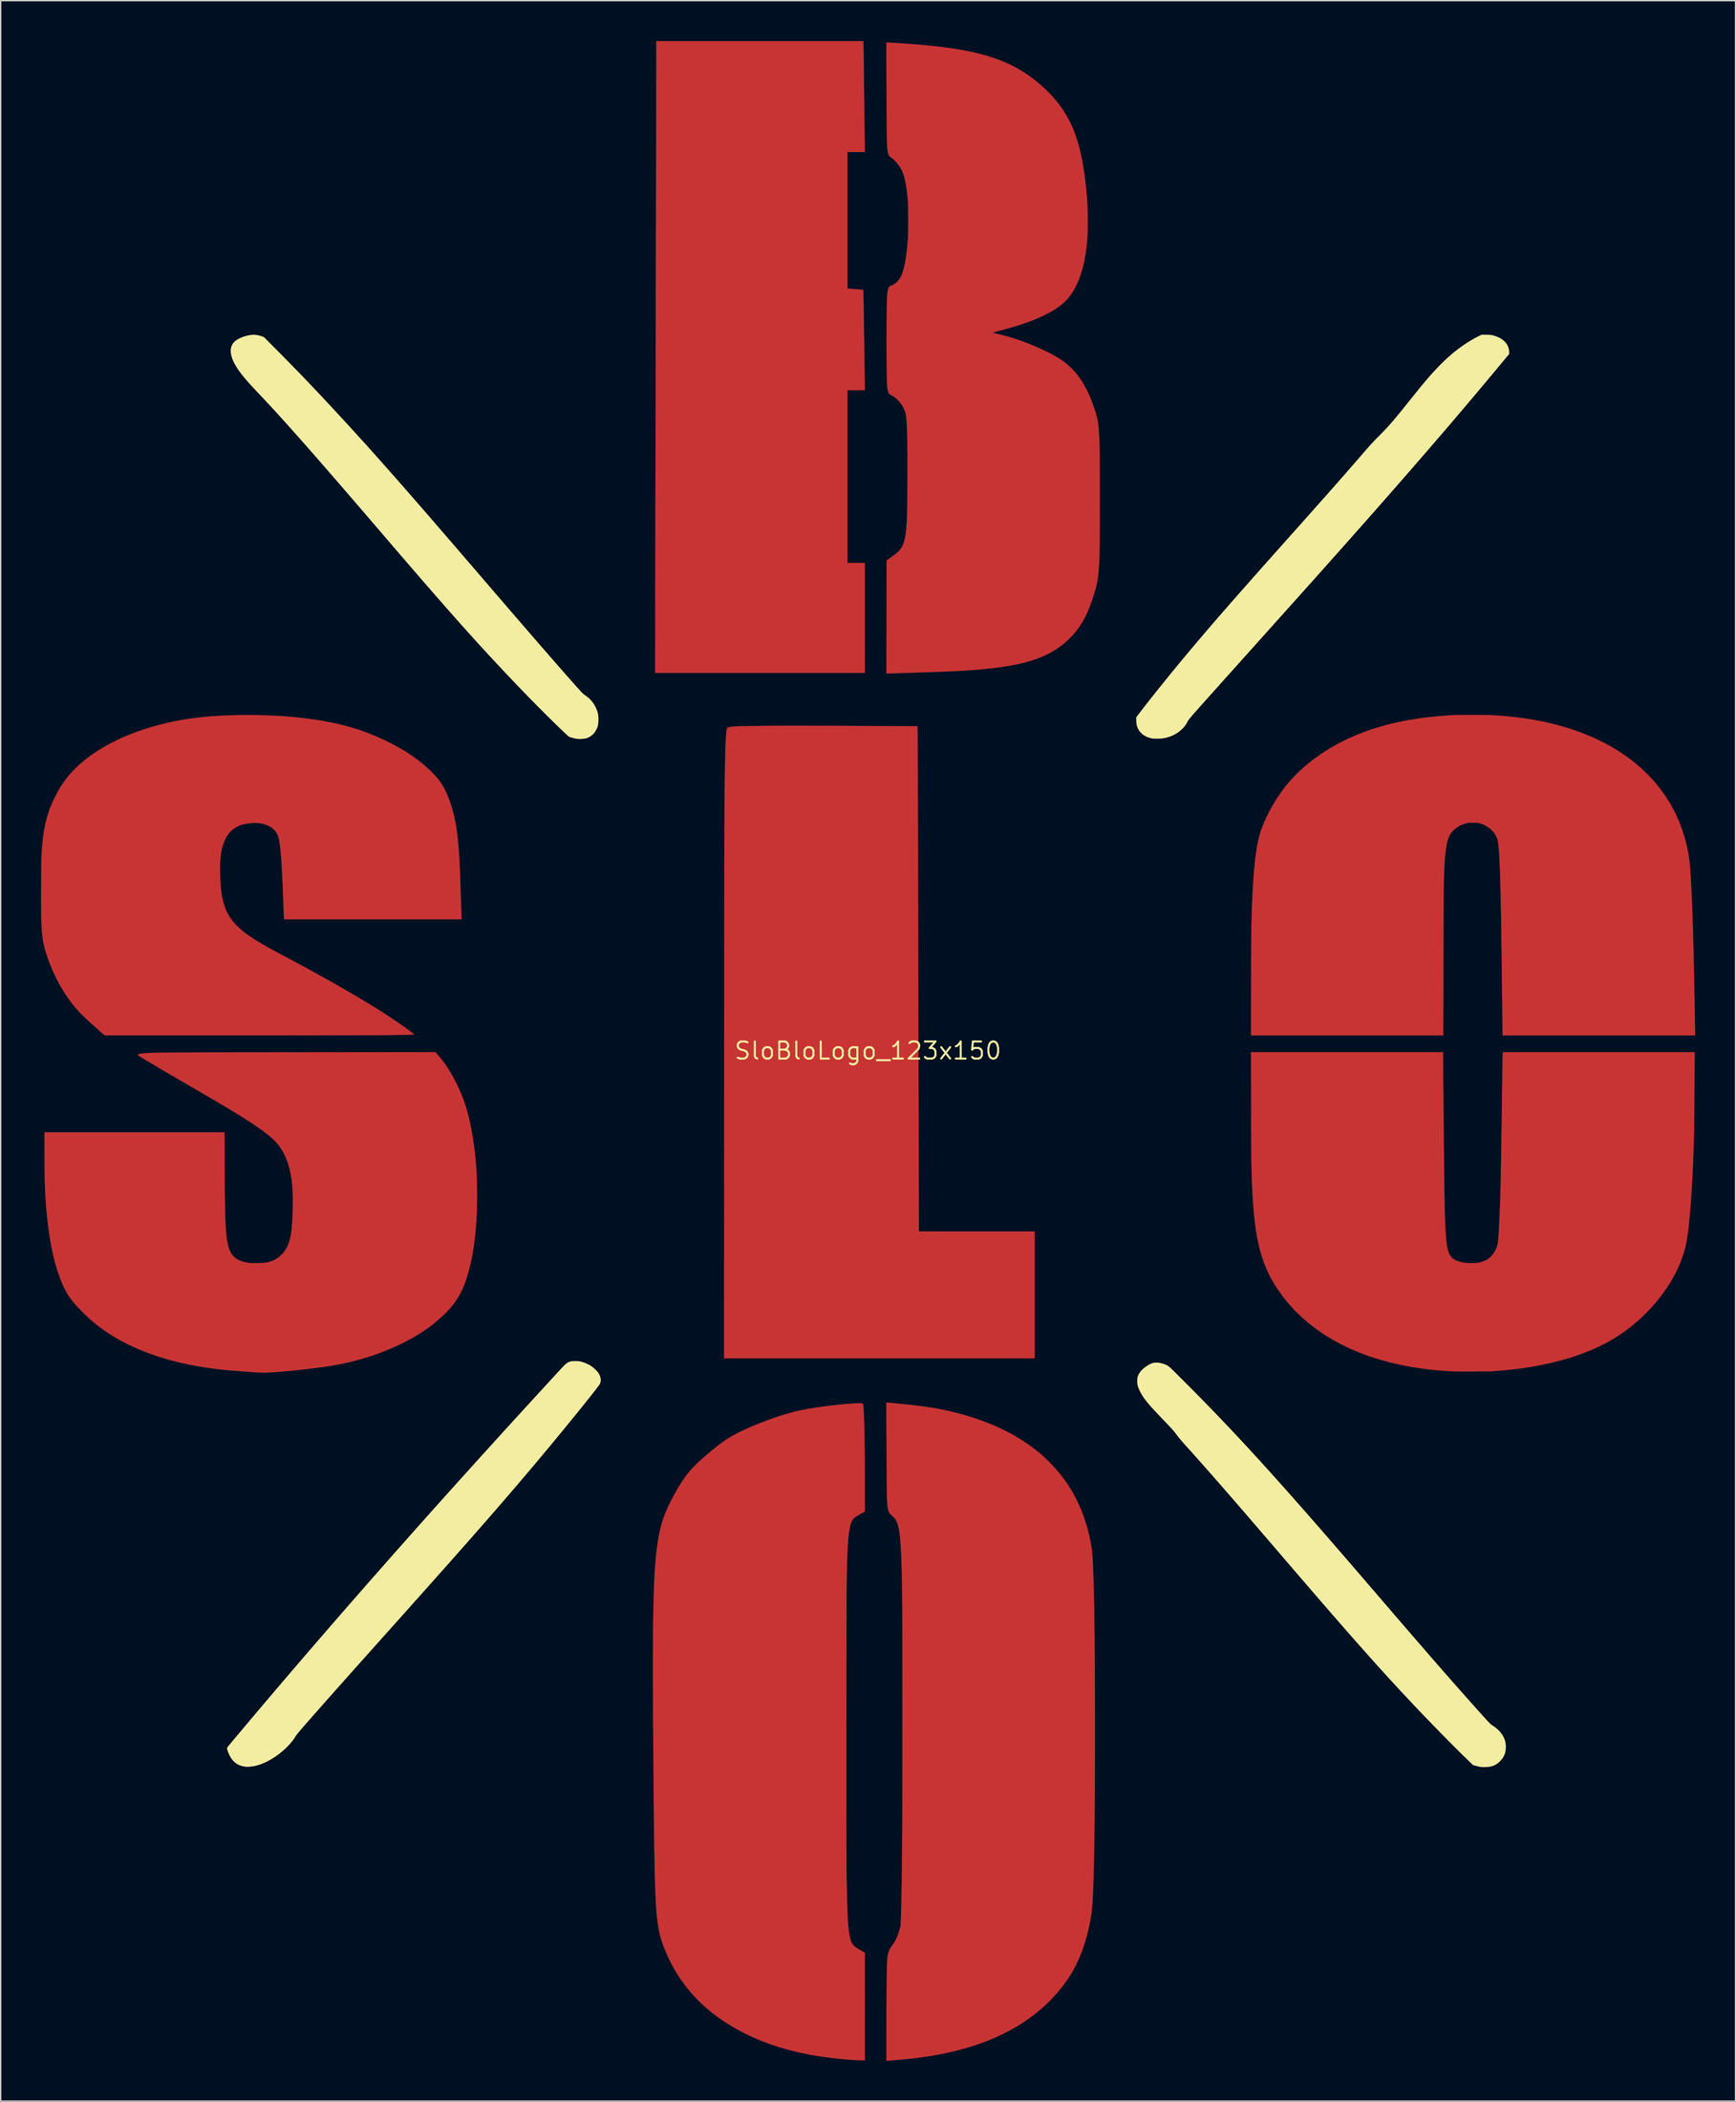
<source format=kicad_pcb>
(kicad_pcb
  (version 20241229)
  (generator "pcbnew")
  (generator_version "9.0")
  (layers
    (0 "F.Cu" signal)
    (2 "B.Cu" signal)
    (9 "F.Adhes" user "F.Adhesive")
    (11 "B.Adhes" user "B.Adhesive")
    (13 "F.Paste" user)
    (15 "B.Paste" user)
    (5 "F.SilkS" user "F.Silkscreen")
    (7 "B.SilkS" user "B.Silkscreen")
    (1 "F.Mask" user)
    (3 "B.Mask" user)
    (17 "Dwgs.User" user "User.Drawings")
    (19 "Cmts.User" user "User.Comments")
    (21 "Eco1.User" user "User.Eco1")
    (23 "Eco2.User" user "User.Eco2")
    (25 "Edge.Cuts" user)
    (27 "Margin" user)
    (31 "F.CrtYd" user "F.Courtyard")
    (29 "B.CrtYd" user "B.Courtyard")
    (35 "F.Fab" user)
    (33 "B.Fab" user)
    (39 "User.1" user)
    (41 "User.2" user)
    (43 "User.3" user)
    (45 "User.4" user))
  (footprint "SloBloLogo_123x150"
    (layer "F.Cu")
    (at 61.449 74.999)
    (property "Reference" "SloBloLogo_123x150" (at 0 0 0) (layer "F.SilkS") (effects (font (size 1.27 1.27) (thickness 0.15))))
    (attr through_hole)
    (fp_poly (pts (xy -0.331 -74.523) (xy -0.329 -74.445) (xy -0.327 -74.327) (xy -0.324 -74.173) (xy -0.321 -73.986) (xy -0.318 -73.768) (xy -0.315 -73.522) (xy -0.312 -73.251) (xy -0.308 -72.958) (xy -0.304 -72.646) (xy -0.3 -72.318) (xy -0.296 -71.977) (xy -0.292 -71.625) (xy -0.289 -71.266) (xy -0.286 -71.056) (xy -0.282 -70.691) (xy -0.278 -70.328) (xy -0.274 -69.972) (xy -0.27 -69.626) (xy -0.267 -69.292) (xy -0.263 -68.974) (xy -0.259 -68.675) (xy -0.256 -68.398) (xy -0.252 -68.146) (xy -0.249 -67.923) (xy -0.247 -67.731) (xy -0.244 -67.574) (xy -0.242 -67.454) (xy -0.241 -67.411) (xy -0.228 -66.76) (xy -1.524 -66.76) (xy -1.524 -56.626) (xy -1.434 -56.614) (xy -1.387 -56.609) (xy -1.305 -56.601) (xy -1.196 -56.592) (xy -1.067 -56.581) (xy -0.926 -56.57) (xy -0.862 -56.565) (xy -0.723 -56.554) (xy -0.598 -56.542) (xy -0.492 -56.532) (xy -0.413 -56.523) (xy -0.366 -56.516) (xy -0.357 -56.513) (xy -0.354 -56.496) (xy -0.35 -56.449) (xy -0.346 -56.37) (xy -0.342 -56.26) (xy -0.338 -56.116) (xy -0.334 -55.938) (xy -0.329 -55.726) (xy -0.324 -55.477) (xy -0.319 -55.193) (xy -0.314 -54.871) (xy -0.308 -54.511) (xy -0.302 -54.111) (xy -0.296 -53.672) (xy -0.289 -53.192) (xy -0.284 -52.829) (xy -0.279 -52.438) (xy -0.274 -52.057) (xy -0.269 -51.69) (xy -0.264 -51.338) (xy -0.259 -51.004) (xy -0.255 -50.69) (xy -0.251 -50.398) (xy -0.247 -50.13) (xy -0.244 -49.888) (xy -0.241 -49.675) (xy -0.239 -49.493) (xy -0.237 -49.343) (xy -0.235 -49.229) (xy -0.234 -49.152) (xy -0.234 -49.115) (xy -0.234 -49.112) (xy -0.233 -49.064) (xy -1.524 -49.064) (xy -1.524 -36.237) (xy -0.233 -36.237) (xy -0.233 -28.067) (xy -15.812 -28.067) (xy -15.811 -30.168) (xy -15.811 -30.287) (xy -15.811 -30.447) (xy -15.811 -30.648) (xy -15.81 -30.887) (xy -15.81 -31.165) (xy -15.81 -31.48) (xy -15.809 -31.831) (xy -15.808 -32.217) (xy -15.808 -32.636) (xy -15.807 -33.089) (xy -15.806 -33.573) (xy -15.805 -34.088) (xy -15.804 -34.633) (xy -15.803 -35.207) (xy -15.802 -35.808) (xy -15.801 -36.436) (xy -15.8 -37.089) (xy -15.798 -37.766) (xy -15.797 -38.467) (xy -15.796 -39.191) (xy -15.794 -39.935) (xy -15.793 -40.7) (xy -15.791 -41.484) (xy -15.79 -42.286) (xy -15.788 -43.106) (xy -15.786 -43.941) (xy -15.785 -44.791) (xy -15.783 -45.655) (xy -15.781 -46.532) (xy -15.779 -47.421) (xy -15.777 -48.32) (xy -15.776 -49.23) (xy -15.774 -50.147) (xy -15.772 -51.073) (xy -15.77 -52.005) (xy -15.769 -52.356) (xy -15.767 -53.285) (xy -15.765 -54.206) (xy -15.763 -55.118) (xy -15.762 -56.021) (xy -15.76 -56.913) (xy -15.758 -57.793) (xy -15.756 -58.66) (xy -15.754 -59.513) (xy -15.753 -60.352) (xy -15.751 -61.174) (xy -15.749 -61.98) (xy -15.748 -62.768) (xy -15.746 -63.537) (xy -15.745 -64.287) (xy -15.743 -65.016) (xy -15.742 -65.722) (xy -15.741 -66.406) (xy -15.739 -67.067) (xy -15.738 -67.702) (xy -15.737 -68.312) (xy -15.736 -68.895) (xy -15.735 -69.45) (xy -15.734 -69.976) (xy -15.733 -70.472) (xy -15.732 -70.938) (xy -15.731 -71.372) (xy -15.73 -71.773) (xy -15.73 -72.14) (xy -15.729 -72.472) (xy -15.729 -72.769) (xy -15.728 -73.029) (xy -15.728 -73.251) (xy -15.728 -73.434) (xy -15.727 -73.577) (xy -15.727 -73.68) (xy -15.727 -73.718) (xy -15.727 -74.993) (xy -0.343 -74.993) (xy -0.331 -74.523)) (stroke (width 0.01) (type solid)) (fill yes) (layer "F.Cu"))
    (fp_poly (pts (xy -4.817 -24.14) (xy -4.195 -24.14) (xy -3.534 -24.138) (xy -2.834 -24.136) (xy -2.095 -24.133) (xy -1.315 -24.13) (xy -0.495 -24.126) (xy 0.278 -24.122) (xy 3.678 -24.104) (xy 3.691 -23.424) (xy 3.692 -23.348) (xy 3.693 -23.231) (xy 3.694 -23.076) (xy 3.695 -22.885) (xy 3.696 -22.658) (xy 3.698 -22.397) (xy 3.699 -22.106) (xy 3.7 -21.784) (xy 3.702 -21.435) (xy 3.703 -21.06) (xy 3.704 -20.661) (xy 3.706 -20.24) (xy 3.707 -19.798) (xy 3.708 -19.337) (xy 3.709 -18.859) (xy 3.711 -18.366) (xy 3.712 -17.861) (xy 3.713 -17.343) (xy 3.714 -16.816) (xy 3.715 -16.281) (xy 3.715 -16.055) (xy 3.716 -15.777) (xy 3.717 -15.467) (xy 3.717 -15.126) (xy 3.718 -14.756) (xy 3.719 -14.357) (xy 3.72 -13.931) (xy 3.721 -13.48) (xy 3.722 -13.004) (xy 3.723 -12.505) (xy 3.724 -11.984) (xy 3.725 -11.442) (xy 3.727 -10.881) (xy 3.728 -10.303) (xy 3.729 -9.707) (xy 3.731 -9.096) (xy 3.732 -8.471) (xy 3.734 -7.833) (xy 3.735 -7.184) (xy 3.737 -6.525) (xy 3.738 -5.856) (xy 3.74 -5.18) (xy 3.742 -4.498) (xy 3.743 -3.81) (xy 3.745 -3.119) (xy 3.747 -2.425) (xy 3.748 -1.73) (xy 3.75 -1.035) (xy 3.752 -0.342) (xy 3.753 0.349) (xy 3.755 1.036) (xy 3.757 1.717) (xy 3.758 2.392) (xy 3.76 3.059) (xy 3.762 3.717) (xy 3.763 4.365) (xy 3.765 5) (xy 3.767 5.623) (xy 3.768 6.231) (xy 3.77 6.824) (xy 3.771 7.4) (xy 3.773 7.958) (xy 3.774 8.496) (xy 3.775 9.013) (xy 3.777 9.509) (xy 3.778 9.981) (xy 3.779 10.428) (xy 3.78 10.85) (xy 3.781 11.244) (xy 3.782 11.609) (xy 3.783 11.945) (xy 3.784 12.25) (xy 3.785 12.522) (xy 3.786 12.761) (xy 3.786 12.965) (xy 3.787 13.132) (xy 3.787 13.262) (xy 3.788 13.353) (xy 3.788 13.403) (xy 3.788 13.414) (xy 3.809 13.415) (xy 3.87 13.415) (xy 3.97 13.416) (xy 4.106 13.416) (xy 4.276 13.417) (xy 4.479 13.417) (xy 4.712 13.418) (xy 4.974 13.418) (xy 5.262 13.418) (xy 5.574 13.419) (xy 5.909 13.419) (xy 6.264 13.419) (xy 6.638 13.419) (xy 7.028 13.42) (xy 7.433 13.42) (xy 7.85 13.42) (xy 8.086 13.42) (xy 12.383 13.42) (xy 12.383 22.839) (xy -10.693 22.839) (xy -10.683 2.535) (xy -10.682 1.279) (xy -10.682 0.056) (xy -10.681 -1.133) (xy -10.68 -2.287) (xy -10.679 -3.408) (xy -10.679 -4.493) (xy -10.678 -5.543) (xy -10.677 -6.558) (xy -10.676 -7.538) (xy -10.675 -8.481) (xy -10.674 -9.388) (xy -10.673 -10.259) (xy -10.672 -11.093) (xy -10.671 -11.89) (xy -10.67 -12.649) (xy -10.669 -13.371) (xy -10.668 -14.055) (xy -10.667 -14.701) (xy -10.665 -15.308) (xy -10.664 -15.876) (xy -10.663 -16.405) (xy -10.662 -16.894) (xy -10.661 -17.344) (xy -10.659 -17.754) (xy -10.658 -18.123) (xy -10.657 -18.452) (xy -10.655 -18.74) (xy -10.654 -18.987) (xy -10.652 -19.192) (xy -10.651 -19.356) (xy -10.65 -19.463) (xy -10.642 -20.001) (xy -10.634 -20.499) (xy -10.626 -20.956) (xy -10.618 -21.376) (xy -10.609 -21.759) (xy -10.6 -22.106) (xy -10.591 -22.419) (xy -10.581 -22.699) (xy -10.571 -22.947) (xy -10.56 -23.166) (xy -10.548 -23.356) (xy -10.536 -23.518) (xy -10.523 -23.654) (xy -10.509 -23.766) (xy -10.495 -23.854) (xy -10.479 -23.921) (xy -10.475 -23.933) (xy -10.457 -23.972) (xy -10.426 -24.002) (xy -10.377 -24.024) (xy -10.301 -24.042) (xy -10.194 -24.058) (xy -10.129 -24.066) (xy -10.025 -24.075) (xy -9.895 -24.084) (xy -9.736 -24.093) (xy -9.549 -24.1) (xy -9.333 -24.107) (xy -9.086 -24.114) (xy -8.809 -24.119) (xy -8.5 -24.124) (xy -8.159 -24.128) (xy -7.786 -24.132) (xy -7.379 -24.135) (xy -6.937 -24.137) (xy -6.461 -24.139) (xy -5.95 -24.14) (xy -5.402 -24.141) (xy -4.817 -24.14)) (stroke (width 0.01) (type solid)) (fill yes) (layer "F.Cu"))
    (fp_poly (pts (xy 45.324 -24.944) (xy 45.584 -24.942) (xy 45.829 -24.939) (xy 46.054 -24.935) (xy 46.254 -24.93) (xy 46.423 -24.924) (xy 46.556 -24.917) (xy 46.556 -24.917) (xy 47.362 -24.855) (xy 48.134 -24.776) (xy 48.874 -24.678) (xy 49.588 -24.562) (xy 50.279 -24.426) (xy 50.952 -24.269) (xy 51.609 -24.091) (xy 52.256 -23.892) (xy 52.377 -23.852) (xy 53.122 -23.584) (xy 53.837 -23.288) (xy 54.523 -22.966) (xy 55.178 -22.617) (xy 55.802 -22.242) (xy 56.394 -21.841) (xy 56.955 -21.415) (xy 57.483 -20.964) (xy 57.978 -20.489) (xy 58.44 -19.99) (xy 58.867 -19.467) (xy 59.26 -18.921) (xy 59.617 -18.353) (xy 59.939 -17.762) (xy 60.019 -17.6) (xy 60.277 -17.023) (xy 60.505 -16.424) (xy 60.699 -15.809) (xy 60.859 -15.186) (xy 60.981 -14.561) (xy 61.054 -14.044) (xy 61.073 -13.861) (xy 61.092 -13.638) (xy 61.112 -13.378) (xy 61.131 -13.083) (xy 61.151 -12.754) (xy 61.171 -12.395) (xy 61.19 -12.008) (xy 61.21 -11.594) (xy 61.229 -11.158) (xy 61.248 -10.7) (xy 61.266 -10.223) (xy 61.283 -9.729) (xy 61.3 -9.222) (xy 61.315 -8.703) (xy 61.33 -8.174) (xy 61.341 -7.747) (xy 61.345 -7.57) (xy 61.35 -7.364) (xy 61.356 -7.131) (xy 61.361 -6.874) (xy 61.367 -6.598) (xy 61.374 -6.304) (xy 61.38 -5.995) (xy 61.387 -5.675) (xy 61.394 -5.347) (xy 61.401 -5.014) (xy 61.407 -4.678) (xy 61.414 -4.343) (xy 61.421 -4.011) (xy 61.427 -3.687) (xy 61.434 -3.372) (xy 61.439 -3.069) (xy 61.445 -2.783) (xy 61.45 -2.515) (xy 61.455 -2.269) (xy 61.459 -2.048) (xy 61.462 -1.854) (xy 61.465 -1.692) (xy 61.467 -1.563) (xy 61.468 -1.471) (xy 61.468 -1.425) (xy 61.468 -1.143) (xy 47.159 -1.143) (xy 47.159 -1.413) (xy 47.159 -1.469) (xy 47.158 -1.564) (xy 47.157 -1.696) (xy 47.155 -1.863) (xy 47.153 -2.06) (xy 47.151 -2.287) (xy 47.148 -2.54) (xy 47.145 -2.816) (xy 47.141 -3.112) (xy 47.138 -3.426) (xy 47.134 -3.756) (xy 47.13 -4.098) (xy 47.125 -4.45) (xy 47.121 -4.808) (xy 47.117 -5.172) (xy 47.112 -5.536) (xy 47.108 -5.9) (xy 47.103 -6.259) (xy 47.099 -6.612) (xy 47.095 -6.956) (xy 47.09 -7.288) (xy 47.086 -7.605) (xy 47.082 -7.904) (xy 47.079 -8.184) (xy 47.075 -8.44) (xy 47.072 -8.671) (xy 47.07 -8.874) (xy 47.067 -9.045) (xy 47.065 -9.183) (xy 47.064 -9.229) (xy 47.054 -9.857) (xy 47.043 -10.444) (xy 47.032 -10.992) (xy 47.021 -11.503) (xy 47.01 -11.978) (xy 46.998 -12.419) (xy 46.986 -12.828) (xy 46.974 -13.206) (xy 46.961 -13.556) (xy 46.947 -13.878) (xy 46.933 -14.174) (xy 46.918 -14.446) (xy 46.903 -14.696) (xy 46.894 -14.827) (xy 46.876 -15.059) (xy 46.858 -15.254) (xy 46.838 -15.419) (xy 46.816 -15.558) (xy 46.789 -15.677) (xy 46.756 -15.782) (xy 46.716 -15.879) (xy 46.667 -15.973) (xy 46.609 -16.07) (xy 46.576 -16.121) (xy 46.411 -16.332) (xy 46.214 -16.517) (xy 45.987 -16.675) (xy 45.733 -16.804) (xy 45.474 -16.896) (xy 45.405 -16.914) (xy 45.34 -16.927) (xy 45.268 -16.936) (xy 45.181 -16.941) (xy 45.07 -16.943) (xy 44.947 -16.944) (xy 44.807 -16.943) (xy 44.7 -16.941) (xy 44.616 -16.935) (xy 44.546 -16.926) (xy 44.481 -16.912) (xy 44.419 -16.895) (xy 44.133 -16.792) (xy 43.869 -16.654) (xy 43.629 -16.483) (xy 43.485 -16.353) (xy 43.4 -16.26) (xy 43.322 -16.159) (xy 43.251 -16.048) (xy 43.187 -15.923) (xy 43.13 -15.783) (xy 43.078 -15.626) (xy 43.032 -15.449) (xy 42.991 -15.25) (xy 42.955 -15.026) (xy 42.923 -14.776) (xy 42.894 -14.496) (xy 42.869 -14.186) (xy 42.846 -13.841) (xy 42.827 -13.46) (xy 42.809 -13.042) (xy 42.796 -12.711) (xy 42.794 -12.623) (xy 42.792 -12.496) (xy 42.79 -12.329) (xy 42.787 -12.125) (xy 42.785 -11.885) (xy 42.783 -11.611) (xy 42.781 -11.305) (xy 42.779 -10.968) (xy 42.777 -10.602) (xy 42.775 -10.209) (xy 42.773 -9.79) (xy 42.771 -9.347) (xy 42.769 -8.882) (xy 42.768 -8.396) (xy 42.766 -7.891) (xy 42.765 -7.369) (xy 42.763 -6.831) (xy 42.763 -6.599) (xy 42.752 -1.143) (xy 28.465 -1.143) (xy 28.475 -5.202) (xy 28.477 -5.72) (xy 28.478 -6.198) (xy 28.48 -6.639) (xy 28.481 -7.046) (xy 28.483 -7.42) (xy 28.485 -7.764) (xy 28.487 -8.081) (xy 28.489 -8.373) (xy 28.491 -8.644) (xy 28.494 -8.894) (xy 28.497 -9.127) (xy 28.501 -9.346) (xy 28.505 -9.553) (xy 28.509 -9.75) (xy 28.514 -9.94) (xy 28.519 -10.125) (xy 28.524 -10.309) (xy 28.531 -10.493) (xy 28.538 -10.68) (xy 28.545 -10.872) (xy 28.553 -11.073) (xy 28.554 -11.091) (xy 28.585 -11.753) (xy 28.62 -12.373) (xy 28.66 -12.953) (xy 28.705 -13.493) (xy 28.755 -13.994) (xy 28.809 -14.457) (xy 28.869 -14.881) (xy 28.934 -15.27) (xy 29.004 -15.622) (xy 29.08 -15.938) (xy 29.139 -16.15) (xy 29.226 -16.412) (xy 29.334 -16.7) (xy 29.462 -17.005) (xy 29.604 -17.32) (xy 29.759 -17.637) (xy 29.921 -17.947) (xy 30.056 -18.189) (xy 30.366 -18.702) (xy 30.686 -19.178) (xy 31.02 -19.626) (xy 31.375 -20.05) (xy 31.756 -20.458) (xy 32.167 -20.855) (xy 32.613 -21.247) (xy 33.168 -21.688) (xy 33.756 -22.103) (xy 34.374 -22.492) (xy 35.022 -22.855) (xy 35.698 -23.189) (xy 36.399 -23.494) (xy 37.123 -23.769) (xy 37.84 -24.004) (xy 38.435 -24.174) (xy 39.036 -24.327) (xy 39.648 -24.462) (xy 40.275 -24.58) (xy 40.922 -24.682) (xy 41.595 -24.769) (xy 42.296 -24.842) (xy 43.032 -24.901) (xy 43.275 -24.917) (xy 43.41 -24.924) (xy 43.581 -24.93) (xy 43.783 -24.935) (xy 44.01 -24.939) (xy 44.256 -24.942) (xy 44.516 -24.944) (xy 44.785 -24.945) (xy 45.056 -24.945) (xy 45.324 -24.944)) (stroke (width 0.01) (type solid)) (fill yes) (layer "F.Cu"))
    (fp_poly (pts (xy 42.736 0.307) (xy 42.736 0.368) (xy 42.736 0.469) (xy 42.737 0.607) (xy 42.739 0.78) (xy 42.74 0.985) (xy 42.742 1.22) (xy 42.745 1.483) (xy 42.747 1.77) (xy 42.75 2.079) (xy 42.753 2.408) (xy 42.756 2.755) (xy 42.759 3.116) (xy 42.763 3.489) (xy 42.766 3.872) (xy 42.77 4.262) (xy 42.774 4.657) (xy 42.778 5.054) (xy 42.782 5.451) (xy 42.785 5.845) (xy 42.789 6.233) (xy 42.793 6.614) (xy 42.797 6.984) (xy 42.8 7.342) (xy 42.804 7.684) (xy 42.807 8.008) (xy 42.81 8.312) (xy 42.813 8.593) (xy 42.816 8.849) (xy 42.818 9.077) (xy 42.82 9.239) (xy 42.827 9.819) (xy 42.835 10.358) (xy 42.843 10.858) (xy 42.851 11.32) (xy 42.861 11.747) (xy 42.871 12.14) (xy 42.882 12.501) (xy 42.895 12.831) (xy 42.908 13.132) (xy 42.923 13.406) (xy 42.939 13.655) (xy 42.957 13.88) (xy 42.977 14.082) (xy 42.998 14.264) (xy 43.021 14.427) (xy 43.047 14.573) (xy 43.074 14.703) (xy 43.104 14.82) (xy 43.136 14.924) (xy 43.17 15.018) (xy 43.207 15.103) (xy 43.224 15.138) (xy 43.318 15.286) (xy 43.441 15.414) (xy 43.595 15.522) (xy 43.78 15.611) (xy 43.999 15.681) (xy 44.253 15.734) (xy 44.544 15.769) (xy 44.736 15.782) (xy 45.037 15.784) (xy 45.313 15.756) (xy 45.572 15.697) (xy 45.82 15.606) (xy 45.888 15.575) (xy 45.992 15.522) (xy 46.073 15.475) (xy 46.144 15.423) (xy 46.219 15.356) (xy 46.29 15.285) (xy 46.406 15.161) (xy 46.499 15.043) (xy 46.577 14.917) (xy 46.651 14.77) (xy 46.684 14.696) (xy 46.717 14.616) (xy 46.746 14.538) (xy 46.771 14.459) (xy 46.792 14.374) (xy 46.81 14.279) (xy 46.825 14.168) (xy 46.84 14.038) (xy 46.853 13.885) (xy 46.866 13.702) (xy 46.879 13.487) (xy 46.893 13.235) (xy 46.894 13.208) (xy 46.908 12.945) (xy 46.921 12.679) (xy 46.933 12.407) (xy 46.945 12.129) (xy 46.956 11.841) (xy 46.967 11.542) (xy 46.978 11.23) (xy 46.988 10.904) (xy 46.998 10.561) (xy 47.008 10.2) (xy 47.017 9.819) (xy 47.026 9.416) (xy 47.035 8.99) (xy 47.044 8.537) (xy 47.053 8.057) (xy 47.062 7.548) (xy 47.07 7.008) (xy 47.079 6.434) (xy 47.088 5.826) (xy 47.098 5.181) (xy 47.107 4.498) (xy 47.117 3.774) (xy 47.117 3.725) (xy 47.122 3.348) (xy 47.127 2.98) (xy 47.132 2.626) (xy 47.137 2.286) (xy 47.142 1.964) (xy 47.146 1.662) (xy 47.151 1.382) (xy 47.155 1.126) (xy 47.158 0.897) (xy 47.162 0.697) (xy 47.165 0.528) (xy 47.168 0.393) (xy 47.17 0.295) (xy 47.172 0.235) (xy 47.173 0.217) (xy 47.184 0.106) (xy 61.432 0.106) (xy 61.419 2.789) (xy 61.416 3.267) (xy 61.414 3.707) (xy 61.411 4.112) (xy 61.408 4.485) (xy 61.405 4.831) (xy 61.401 5.153) (xy 61.397 5.455) (xy 61.393 5.739) (xy 61.388 6.011) (xy 61.382 6.274) (xy 61.376 6.531) (xy 61.369 6.786) (xy 61.361 7.043) (xy 61.353 7.305) (xy 61.344 7.576) (xy 61.341 7.662) (xy 61.317 8.291) (xy 61.29 8.905) (xy 61.26 9.502) (xy 61.228 10.081) (xy 61.193 10.637) (xy 61.157 11.171) (xy 61.118 11.678) (xy 61.077 12.157) (xy 61.035 12.606) (xy 60.992 13.022) (xy 60.947 13.403) (xy 60.901 13.746) (xy 60.854 14.051) (xy 60.843 14.116) (xy 60.733 14.633) (xy 60.582 15.154) (xy 60.393 15.676) (xy 60.168 16.196) (xy 59.907 16.713) (xy 59.612 17.224) (xy 59.285 17.727) (xy 58.929 18.22) (xy 58.544 18.7) (xy 58.132 19.165) (xy 57.695 19.613) (xy 57.235 20.041) (xy 56.753 20.447) (xy 56.251 20.83) (xy 55.73 21.186) (xy 55.499 21.332) (xy 54.912 21.67) (xy 54.29 21.985) (xy 53.632 22.276) (xy 52.94 22.544) (xy 52.213 22.788) (xy 51.451 23.009) (xy 50.653 23.207) (xy 50.049 23.336) (xy 49.557 23.43) (xy 49.067 23.512) (xy 48.572 23.586) (xy 48.063 23.65) (xy 47.533 23.707) (xy 46.976 23.757) (xy 46.493 23.793) (xy 46.394 23.798) (xy 46.257 23.803) (xy 46.09 23.808) (xy 45.896 23.812) (xy 45.681 23.815) (xy 45.45 23.818) (xy 45.209 23.82) (xy 44.963 23.822) (xy 44.717 23.823) (xy 44.477 23.824) (xy 44.247 23.824) (xy 44.035 23.823) (xy 43.843 23.821) (xy 43.679 23.818) (xy 43.547 23.815) (xy 43.476 23.812) (xy 42.835 23.773) (xy 42.218 23.722) (xy 41.632 23.661) (xy 41.381 23.631) (xy 40.513 23.504) (xy 39.671 23.347) (xy 38.853 23.161) (xy 38.062 22.946) (xy 37.297 22.703) (xy 36.56 22.431) (xy 35.85 22.131) (xy 35.169 21.804) (xy 34.518 21.45) (xy 33.896 21.069) (xy 33.304 20.661) (xy 32.743 20.227) (xy 32.214 19.768) (xy 31.718 19.283) (xy 31.254 18.772) (xy 30.823 18.237) (xy 30.427 17.677) (xy 30.39 17.621) (xy 30.18 17.288) (xy 29.986 16.952) (xy 29.808 16.612) (xy 29.644 16.264) (xy 29.493 15.906) (xy 29.356 15.535) (xy 29.232 15.15) (xy 29.119 14.747) (xy 29.018 14.323) (xy 28.928 13.878) (xy 28.847 13.407) (xy 28.777 12.908) (xy 28.715 12.379) (xy 28.662 11.818) (xy 28.616 11.222) (xy 28.577 10.588) (xy 28.554 10.118) (xy 28.546 9.937) (xy 28.539 9.762) (xy 28.532 9.59) (xy 28.525 9.42) (xy 28.52 9.248) (xy 28.515 9.072) (xy 28.51 8.891) (xy 28.506 8.701) (xy 28.502 8.501) (xy 28.498 8.287) (xy 28.495 8.058) (xy 28.492 7.811) (xy 28.49 7.543) (xy 28.488 7.253) (xy 28.485 6.938) (xy 28.484 6.595) (xy 28.482 6.223) (xy 28.48 5.818) (xy 28.479 5.379) (xy 28.477 4.903) (xy 28.476 4.387) (xy 28.476 4.249) (xy 28.465 0.106) (xy 42.736 0.106) (xy 42.736 0.307)) (stroke (width 0.01) (type solid)) (fill yes) (layer "F.Cu"))
    (fp_poly (pts (xy -0.587 26.184) (xy -0.48 26.19) (xy -0.41 26.202) (xy -0.383 26.215) (xy -0.367 26.252) (xy -0.352 26.331) (xy -0.338 26.451) (xy -0.325 26.61) (xy -0.312 26.81) (xy -0.301 27.048) (xy -0.29 27.324) (xy -0.28 27.637) (xy -0.271 27.987) (xy -0.263 28.373) (xy -0.256 28.794) (xy -0.25 29.249) (xy -0.244 29.739) (xy -0.24 30.261) (xy -0.237 30.815) (xy -0.235 31.401) (xy -0.234 32.018) (xy -0.233 32.282) (xy -0.233 34.223) (xy -0.581 34.418) (xy -0.753 34.518) (xy -0.892 34.608) (xy -1.001 34.691) (xy -1.088 34.774) (xy -1.155 34.862) (xy -1.209 34.959) (xy -1.255 35.072) (xy -1.269 35.112) (xy -1.306 35.233) (xy -1.339 35.369) (xy -1.37 35.523) (xy -1.398 35.696) (xy -1.424 35.891) (xy -1.448 36.11) (xy -1.469 36.356) (xy -1.489 36.629) (xy -1.507 36.934) (xy -1.523 37.272) (xy -1.539 37.644) (xy -1.553 38.055) (xy -1.566 38.504) (xy -1.57 38.619) (xy -1.572 38.716) (xy -1.574 38.854) (xy -1.575 39.032) (xy -1.577 39.246) (xy -1.579 39.497) (xy -1.581 39.781) (xy -1.583 40.098) (xy -1.584 40.446) (xy -1.586 40.823) (xy -1.588 41.227) (xy -1.589 41.657) (xy -1.591 42.112) (xy -1.592 42.589) (xy -1.593 43.087) (xy -1.595 43.604) (xy -1.596 44.138) (xy -1.597 44.689) (xy -1.598 45.254) (xy -1.599 45.831) (xy -1.6 46.42) (xy -1.601 47.018) (xy -1.602 47.623) (xy -1.602 48.235) (xy -1.603 48.851) (xy -1.603 49.47) (xy -1.604 50.089) (xy -1.604 50.709) (xy -1.605 51.326) (xy -1.605 51.939) (xy -1.605 52.547) (xy -1.605 53.147) (xy -1.605 53.739) (xy -1.605 54.321) (xy -1.605 54.89) (xy -1.604 55.445) (xy -1.604 55.985) (xy -1.604 56.508) (xy -1.603 57.013) (xy -1.602 57.497) (xy -1.602 57.959) (xy -1.601 58.397) (xy -1.6 58.81) (xy -1.599 59.196) (xy -1.597 59.554) (xy -1.596 59.881) (xy -1.595 60.177) (xy -1.593 60.438) (xy -1.592 60.665) (xy -1.59 60.855) (xy -1.589 60.939) (xy -1.582 61.474) (xy -1.574 61.969) (xy -1.566 62.426) (xy -1.557 62.846) (xy -1.548 63.232) (xy -1.537 63.585) (xy -1.526 63.908) (xy -1.513 64.203) (xy -1.499 64.47) (xy -1.484 64.714) (xy -1.467 64.934) (xy -1.449 65.134) (xy -1.429 65.316) (xy -1.407 65.48) (xy -1.384 65.63) (xy -1.358 65.768) (xy -1.33 65.894) (xy -1.314 65.962) (xy -1.27 66.111) (xy -1.219 66.238) (xy -1.156 66.349) (xy -1.077 66.449) (xy -0.975 66.543) (xy -0.846 66.638) (xy -0.686 66.738) (xy -0.565 66.808) (xy -0.233 66.995) (xy -0.233 74.993) (xy -0.365 74.99) (xy -0.429 74.988) (xy -0.525 74.985) (xy -0.645 74.981) (xy -0.779 74.976) (xy -0.91 74.971) (xy -1.168 74.958) (xy -1.46 74.938) (xy -1.779 74.91) (xy -2.118 74.876) (xy -2.47 74.838) (xy -2.827 74.794) (xy -3.183 74.748) (xy -3.53 74.698) (xy -3.862 74.647) (xy -4.17 74.595) (xy -4.371 74.558) (xy -5.145 74.396) (xy -5.885 74.214) (xy -6.595 74.011) (xy -7.278 73.785) (xy -7.94 73.536) (xy -8.582 73.261) (xy -9.144 72.994) (xy -9.818 72.636) (xy -10.457 72.254) (xy -11.061 71.848) (xy -11.631 71.418) (xy -12.167 70.963) (xy -12.667 70.484) (xy -13.134 69.98) (xy -13.566 69.452) (xy -13.963 68.9) (xy -14.327 68.322) (xy -14.656 67.72) (xy -14.911 67.183) (xy -15.056 66.848) (xy -15.18 66.54) (xy -15.286 66.252) (xy -15.375 65.975) (xy -15.45 65.702) (xy -15.514 65.424) (xy -15.569 65.134) (xy -15.617 64.824) (xy -15.619 64.812) (xy -15.639 64.66) (xy -15.658 64.503) (xy -15.676 64.338) (xy -15.694 64.164) (xy -15.71 63.98) (xy -15.726 63.786) (xy -15.741 63.578) (xy -15.755 63.357) (xy -15.768 63.12) (xy -15.781 62.868) (xy -15.793 62.597) (xy -15.805 62.307) (xy -15.815 61.997) (xy -15.826 61.665) (xy -15.836 61.31) (xy -15.845 60.931) (xy -15.854 60.526) (xy -15.862 60.094) (xy -15.87 59.634) (xy -15.878 59.145) (xy -15.886 58.624) (xy -15.893 58.072) (xy -15.9 57.486) (xy -15.907 56.866) (xy -15.913 56.209) (xy -15.92 55.515) (xy -15.926 54.783) (xy -15.933 54.01) (xy -15.938 53.329) (xy -15.946 52.362) (xy -15.952 51.436) (xy -15.958 50.55) (xy -15.963 49.703) (xy -15.967 48.893) (xy -15.97 48.121) (xy -15.973 47.384) (xy -15.975 46.681) (xy -15.975 46.012) (xy -15.975 45.375) (xy -15.974 44.769) (xy -15.972 44.192) (xy -15.969 43.645) (xy -15.965 43.125) (xy -15.96 42.632) (xy -15.955 42.164) (xy -15.948 41.721) (xy -15.94 41.301) (xy -15.931 40.902) (xy -15.921 40.525) (xy -15.91 40.167) (xy -15.898 39.829) (xy -15.885 39.507) (xy -15.871 39.202) (xy -15.855 38.912) (xy -15.839 38.637) (xy -15.821 38.374) (xy -15.802 38.123) (xy -15.782 37.883) (xy -15.761 37.653) (xy -15.739 37.431) (xy -15.725 37.306) (xy -15.664 36.808) (xy -15.596 36.346) (xy -15.517 35.914) (xy -15.426 35.506) (xy -15.322 35.115) (xy -15.203 34.738) (xy -15.066 34.366) (xy -14.91 33.995) (xy -14.733 33.618) (xy -14.534 33.229) (xy -14.371 32.932) (xy -14.178 32.592) (xy -13.996 32.287) (xy -13.823 32.01) (xy -13.652 31.757) (xy -13.48 31.521) (xy -13.303 31.298) (xy -13.117 31.083) (xy -12.916 30.87) (xy -12.697 30.653) (xy -12.456 30.429) (xy -12.187 30.19) (xy -12.016 30.043) (xy -11.714 29.787) (xy -11.437 29.558) (xy -11.18 29.353) (xy -10.939 29.17) (xy -10.708 29.004) (xy -10.485 28.854) (xy -10.263 28.714) (xy -10.039 28.583) (xy -9.808 28.457) (xy -9.567 28.334) (xy -9.188 28.152) (xy -8.784 27.971) (xy -8.361 27.793) (xy -7.926 27.619) (xy -7.484 27.451) (xy -7.04 27.293) (xy -6.602 27.146) (xy -6.174 27.011) (xy -5.763 26.891) (xy -5.374 26.789) (xy -5.014 26.706) (xy -4.9 26.683) (xy -4.658 26.637) (xy -4.398 26.591) (xy -4.125 26.547) (xy -3.841 26.503) (xy -3.549 26.461) (xy -3.252 26.421) (xy -2.954 26.382) (xy -2.658 26.346) (xy -2.367 26.313) (xy -2.083 26.283) (xy -1.811 26.256) (xy -1.553 26.233) (xy -1.312 26.214) (xy -1.092 26.199) (xy -0.896 26.189) (xy -0.726 26.184) (xy -0.587 26.184)) (stroke (width 0.01) (type solid)) (fill yes) (layer "F.Cu"))
    (fp_poly (pts (xy 1.558 26.145) (xy 2.086 26.194) (xy 2.574 26.242) (xy 3.028 26.29) (xy 3.45 26.338) (xy 3.844 26.386) (xy 4.213 26.436) (xy 4.562 26.487) (xy 4.894 26.54) (xy 5.212 26.596) (xy 5.52 26.655) (xy 5.821 26.718) (xy 6.12 26.785) (xy 6.419 26.857) (xy 6.424 26.858) (xy 7.242 27.078) (xy 8.027 27.324) (xy 8.779 27.595) (xy 9.499 27.892) (xy 10.186 28.215) (xy 10.842 28.565) (xy 11.466 28.942) (xy 12.06 29.345) (xy 12.623 29.775) (xy 12.806 29.926) (xy 13.053 30.144) (xy 13.313 30.39) (xy 13.577 30.656) (xy 13.838 30.933) (xy 14.088 31.214) (xy 14.318 31.489) (xy 14.48 31.697) (xy 14.856 32.229) (xy 15.2 32.788) (xy 15.512 33.373) (xy 15.791 33.982) (xy 16.037 34.613) (xy 16.249 35.265) (xy 16.426 35.935) (xy 16.518 36.364) (xy 16.55 36.528) (xy 16.578 36.685) (xy 16.603 36.84) (xy 16.625 36.995) (xy 16.645 37.155) (xy 16.663 37.323) (xy 16.679 37.504) (xy 16.693 37.701) (xy 16.706 37.918) (xy 16.719 38.159) (xy 16.73 38.428) (xy 16.742 38.727) (xy 16.753 39.062) (xy 16.764 39.391) (xy 16.776 39.825) (xy 16.788 40.299) (xy 16.799 40.81) (xy 16.809 41.356) (xy 16.818 41.934) (xy 16.827 42.542) (xy 16.835 43.178) (xy 16.842 43.838) (xy 16.849 44.521) (xy 16.855 45.223) (xy 16.86 45.943) (xy 16.864 46.677) (xy 16.868 47.424) (xy 16.87 48.18) (xy 16.872 48.944) (xy 16.874 49.713) (xy 16.874 50.484) (xy 16.874 51.255) (xy 16.872 52.023) (xy 16.87 52.786) (xy 16.868 53.541) (xy 16.864 54.286) (xy 16.86 55.019) (xy 16.854 55.736) (xy 16.848 56.435) (xy 16.842 57.114) (xy 16.834 57.771) (xy 16.825 58.402) (xy 16.816 59.006) (xy 16.806 59.542) (xy 16.796 60.075) (xy 16.785 60.569) (xy 16.774 61.023) (xy 16.763 61.442) (xy 16.751 61.826) (xy 16.739 62.177) (xy 16.726 62.498) (xy 16.713 62.791) (xy 16.698 63.057) (xy 16.683 63.299) (xy 16.667 63.518) (xy 16.649 63.716) (xy 16.631 63.896) (xy 16.611 64.059) (xy 16.59 64.208) (xy 16.582 64.262) (xy 16.448 64.978) (xy 16.288 65.663) (xy 16.1 66.315) (xy 15.885 66.935) (xy 15.643 67.523) (xy 15.373 68.078) (xy 15.077 68.602) (xy 14.894 68.887) (xy 14.504 69.435) (xy 14.077 69.961) (xy 13.615 70.465) (xy 13.12 70.946) (xy 12.592 71.402) (xy 12.033 71.832) (xy 11.444 72.235) (xy 11.091 72.454) (xy 10.931 72.548) (xy 10.741 72.653) (xy 10.53 72.767) (xy 10.308 72.883) (xy 10.084 72.997) (xy 9.866 73.105) (xy 9.665 73.201) (xy 9.493 73.28) (xy 8.793 73.57) (xy 8.06 73.834) (xy 7.296 74.074) (xy 6.503 74.287) (xy 5.681 74.474) (xy 4.833 74.635) (xy 3.959 74.768) (xy 3.063 74.874) (xy 3.048 74.876) (xy 2.902 74.89) (xy 2.739 74.906) (xy 2.565 74.922) (xy 2.386 74.939) (xy 2.207 74.954) (xy 2.035 74.969) (xy 1.875 74.983) (xy 1.732 74.995) (xy 1.612 75.004) (xy 1.522 75.011) (xy 1.465 75.014) (xy 1.455 75.014) (xy 1.376 75.015) (xy 1.377 72.374) (xy 1.377 71.809) (xy 1.378 71.274) (xy 1.38 70.768) (xy 1.383 70.294) (xy 1.386 69.851) (xy 1.389 69.442) (xy 1.393 69.066) (xy 1.398 68.726) (xy 1.403 68.421) (xy 1.409 68.154) (xy 1.415 67.924) (xy 1.422 67.734) (xy 1.429 67.583) (xy 1.437 67.474) (xy 1.44 67.448) (xy 1.466 67.244) (xy 1.498 67.073) (xy 1.541 66.925) (xy 1.596 66.79) (xy 1.669 66.658) (xy 1.762 66.521) (xy 1.787 66.486) (xy 1.936 66.27) (xy 2.061 66.053) (xy 2.171 65.816) (xy 2.179 65.796) (xy 2.239 65.641) (xy 2.298 65.465) (xy 2.352 65.286) (xy 2.396 65.12) (xy 2.41 65.054) (xy 2.42 64.99) (xy 2.429 64.891) (xy 2.438 64.757) (xy 2.446 64.587) (xy 2.455 64.381) (xy 2.463 64.138) (xy 2.471 63.858) (xy 2.479 63.54) (xy 2.487 63.184) (xy 2.494 62.79) (xy 2.501 62.357) (xy 2.508 61.884) (xy 2.515 61.371) (xy 2.522 60.818) (xy 2.529 60.223) (xy 2.535 59.588) (xy 2.542 58.91) (xy 2.542 58.886) (xy 2.544 58.623) (xy 2.546 58.325) (xy 2.548 57.993) (xy 2.55 57.63) (xy 2.552 57.236) (xy 2.553 56.815) (xy 2.555 56.367) (xy 2.556 55.896) (xy 2.557 55.403) (xy 2.559 54.891) (xy 2.56 54.36) (xy 2.561 53.814) (xy 2.561 53.254) (xy 2.562 52.682) (xy 2.563 52.1) (xy 2.563 51.511) (xy 2.563 50.916) (xy 2.564 50.317) (xy 2.564 49.716) (xy 2.564 49.115) (xy 2.564 48.517) (xy 2.564 47.923) (xy 2.563 47.335) (xy 2.563 46.756) (xy 2.562 46.186) (xy 2.562 45.629) (xy 2.561 45.086) (xy 2.56 44.56) (xy 2.559 44.052) (xy 2.558 43.564) (xy 2.557 43.098) (xy 2.556 42.656) (xy 2.554 42.241) (xy 2.553 41.854) (xy 2.551 41.498) (xy 2.549 41.173) (xy 2.547 40.883) (xy 2.545 40.63) (xy 2.543 40.414) (xy 2.541 40.239) (xy 2.541 40.238) (xy 2.533 39.683) (xy 2.523 39.169) (xy 2.513 38.694) (xy 2.501 38.256) (xy 2.489 37.853) (xy 2.475 37.483) (xy 2.459 37.145) (xy 2.442 36.837) (xy 2.423 36.557) (xy 2.402 36.303) (xy 2.38 36.074) (xy 2.355 35.867) (xy 2.327 35.682) (xy 2.298 35.515) (xy 2.265 35.367) (xy 2.23 35.233) (xy 2.192 35.114) (xy 2.151 35.007) (xy 2.126 34.949) (xy 2.092 34.88) (xy 2.056 34.82) (xy 2.011 34.761) (xy 1.951 34.695) (xy 1.87 34.613) (xy 1.82 34.565) (xy 1.715 34.461) (xy 1.636 34.375) (xy 1.579 34.297) (xy 1.539 34.218) (xy 1.509 34.13) (xy 1.486 34.022) (xy 1.474 33.951) (xy 1.464 33.89) (xy 1.455 33.824) (xy 1.447 33.752) (xy 1.44 33.673) (xy 1.433 33.583) (xy 1.427 33.482) (xy 1.421 33.367) (xy 1.416 33.235) (xy 1.412 33.086) (xy 1.408 32.917) (xy 1.404 32.726) (xy 1.401 32.511) (xy 1.398 32.27) (xy 1.395 32.002) (xy 1.393 31.703) (xy 1.391 31.373) (xy 1.389 31.008) (xy 1.387 30.608) (xy 1.385 30.17) (xy 1.383 29.692) (xy 1.382 29.569) (xy 1.37 26.128) (xy 1.558 26.145)) (stroke (width 0.01) (type solid)) (fill yes) (layer "F.Cu"))
    (fp_poly (pts (xy -45.254 -24.926) (xy -44.441 -24.903) (xy -43.657 -24.863) (xy -42.897 -24.807) (xy -42.156 -24.733) (xy -41.429 -24.642) (xy -40.71 -24.533) (xy -40.636 -24.521) (xy -39.901 -24.385) (xy -39.198 -24.23) (xy -38.522 -24.052) (xy -37.865 -23.851) (xy -37.221 -23.623) (xy -36.586 -23.367) (xy -35.952 -23.082) (xy -35.539 -22.88) (xy -34.949 -22.568) (xy -34.399 -22.247) (xy -33.887 -21.915) (xy -33.412 -21.572) (xy -32.973 -21.217) (xy -32.567 -20.849) (xy -32.384 -20.667) (xy -32.157 -20.426) (xy -31.96 -20.199) (xy -31.789 -19.977) (xy -31.638 -19.754) (xy -31.502 -19.519) (xy -31.376 -19.267) (xy -31.253 -18.987) (xy -31.229 -18.928) (xy -31.11 -18.62) (xy -31.001 -18.309) (xy -30.902 -17.994) (xy -30.812 -17.669) (xy -30.732 -17.333) (xy -30.66 -16.982) (xy -30.595 -16.612) (xy -30.538 -16.221) (xy -30.488 -15.806) (xy -30.444 -15.362) (xy -30.406 -14.887) (xy -30.372 -14.379) (xy -30.344 -13.832) (xy -30.332 -13.568) (xy -30.328 -13.463) (xy -30.322 -13.327) (xy -30.316 -13.163) (xy -30.309 -12.975) (xy -30.302 -12.767) (xy -30.294 -12.542) (xy -30.286 -12.305) (xy -30.277 -12.059) (xy -30.268 -11.808) (xy -30.26 -11.557) (xy -30.251 -11.309) (xy -30.243 -11.068) (xy -30.235 -10.837) (xy -30.228 -10.621) (xy -30.222 -10.424) (xy -30.216 -10.249) (xy -30.212 -10.1) (xy -30.208 -9.982) (xy -30.206 -9.897) (xy -30.205 -9.851) (xy -30.205 -9.848) (xy -30.205 -9.758) (xy -43.387 -9.758) (xy -43.401 -10.017) (xy -43.404 -10.089) (xy -43.409 -10.199) (xy -43.415 -10.34) (xy -43.422 -10.508) (xy -43.429 -10.698) (xy -43.437 -10.904) (xy -43.445 -11.121) (xy -43.454 -11.344) (xy -43.456 -11.398) (xy -43.471 -11.812) (xy -43.486 -12.188) (xy -43.5 -12.529) (xy -43.514 -12.839) (xy -43.528 -13.123) (xy -43.541 -13.385) (xy -43.555 -13.628) (xy -43.57 -13.857) (xy -43.585 -14.074) (xy -43.601 -14.285) (xy -43.619 -14.494) (xy -43.636 -14.69) (xy -43.663 -14.968) (xy -43.689 -15.208) (xy -43.716 -15.414) (xy -43.744 -15.591) (xy -43.775 -15.742) (xy -43.809 -15.873) (xy -43.848 -15.987) (xy -43.893 -16.088) (xy -43.945 -16.182) (xy -44.004 -16.271) (xy -44.035 -16.313) (xy -44.182 -16.473) (xy -44.363 -16.612) (xy -44.573 -16.727) (xy -44.808 -16.817) (xy -45.065 -16.882) (xy -45.34 -16.919) (xy -45.63 -16.928) (xy -45.741 -16.923) (xy -46.09 -16.888) (xy -46.408 -16.824) (xy -46.695 -16.731) (xy -46.954 -16.608) (xy -47.185 -16.453) (xy -47.389 -16.267) (xy -47.568 -16.048) (xy -47.722 -15.795) (xy -47.853 -15.508) (xy -47.961 -15.185) (xy -47.984 -15.1) (xy -48.041 -14.853) (xy -48.086 -14.588) (xy -48.119 -14.302) (xy -48.14 -13.99) (xy -48.15 -13.648) (xy -48.149 -13.269) (xy -48.147 -13.187) (xy -48.131 -12.713) (xy -48.103 -12.277) (xy -48.062 -11.876) (xy -48.008 -11.506) (xy -47.938 -11.166) (xy -47.853 -10.852) (xy -47.751 -10.56) (xy -47.631 -10.288) (xy -47.492 -10.034) (xy -47.334 -9.793) (xy -47.155 -9.563) (xy -46.954 -9.341) (xy -46.895 -9.281) (xy -46.749 -9.14) (xy -46.595 -9.001) (xy -46.43 -8.863) (xy -46.251 -8.724) (xy -46.057 -8.582) (xy -45.845 -8.436) (xy -45.612 -8.285) (xy -45.356 -8.126) (xy -45.075 -7.959) (xy -44.765 -7.781) (xy -44.425 -7.591) (xy -44.053 -7.387) (xy -43.644 -7.168) (xy -43.498 -7.09) (xy -42.552 -6.586) (xy -41.635 -6.09) (xy -40.75 -5.603) (xy -39.896 -5.126) (xy -39.076 -4.659) (xy -38.291 -4.204) (xy -37.543 -3.762) (xy -36.833 -3.332) (xy -36.618 -3.2) (xy -36.411 -3.071) (xy -36.194 -2.934) (xy -35.972 -2.79) (xy -35.746 -2.643) (xy -35.519 -2.494) (xy -35.295 -2.344) (xy -35.076 -2.196) (xy -34.864 -2.051) (xy -34.662 -1.912) (xy -34.473 -1.78) (xy -34.299 -1.656) (xy -34.144 -1.544) (xy -34.009 -1.444) (xy -33.898 -1.359) (xy -33.814 -1.29) (xy -33.758 -1.24) (xy -33.734 -1.21) (xy -33.735 -1.203) (xy -33.758 -1.198) (xy -33.818 -1.194) (xy -33.916 -1.19) (xy -34.051 -1.186) (xy -34.224 -1.182) (xy -34.435 -1.179) (xy -34.684 -1.175) (xy -34.971 -1.172) (xy -35.297 -1.169) (xy -35.662 -1.166) (xy -36.066 -1.163) (xy -36.509 -1.161) (xy -36.991 -1.159) (xy -37.513 -1.157) (xy -38.075 -1.155) (xy -38.677 -1.153) (xy -39.319 -1.151) (xy -40.002 -1.15) (xy -40.725 -1.149) (xy -41.489 -1.148) (xy -42.294 -1.147) (xy -43.14 -1.146) (xy -44.028 -1.145) (xy -44.958 -1.145) (xy -45.929 -1.145) (xy -46.942 -1.145) (xy -47.17 -1.145) (xy -56.716 -1.145) (xy -57.383 -1.73) (xy -57.658 -1.973) (xy -57.903 -2.194) (xy -58.122 -2.397) (xy -58.319 -2.587) (xy -58.498 -2.767) (xy -58.663 -2.942) (xy -58.818 -3.115) (xy -58.966 -3.29) (xy -59.112 -3.472) (xy -59.26 -3.664) (xy -59.266 -3.672) (xy -59.63 -4.191) (xy -59.971 -4.742) (xy -60.285 -5.319) (xy -60.57 -5.92) (xy -60.824 -6.538) (xy -61.012 -7.067) (xy -61.068 -7.243) (xy -61.12 -7.413) (xy -61.167 -7.578) (xy -61.209 -7.741) (xy -61.248 -7.906) (xy -61.282 -8.074) (xy -61.312 -8.248) (xy -61.338 -8.43) (xy -61.361 -8.624) (xy -61.381 -8.831) (xy -61.397 -9.055) (xy -61.411 -9.297) (xy -61.422 -9.561) (xy -61.43 -9.848) (xy -61.436 -10.162) (xy -61.441 -10.505) (xy -61.443 -10.879) (xy -61.444 -11.287) (xy -61.443 -11.732) (xy -61.441 -12.216) (xy -61.44 -12.344) (xy -61.438 -12.703) (xy -61.436 -13.023) (xy -61.434 -13.309) (xy -61.432 -13.562) (xy -61.429 -13.788) (xy -61.425 -13.99) (xy -61.421 -14.171) (xy -61.417 -14.335) (xy -61.411 -14.485) (xy -61.405 -14.626) (xy -61.398 -14.761) (xy -61.39 -14.893) (xy -61.38 -15.027) (xy -61.37 -15.165) (xy -61.362 -15.261) (xy -61.302 -15.838) (xy -61.222 -16.382) (xy -61.12 -16.895) (xy -60.994 -17.382) (xy -60.846 -17.846) (xy -60.683 -18.267) (xy -60.604 -18.446) (xy -60.508 -18.65) (xy -60.4 -18.867) (xy -60.288 -19.086) (xy -60.176 -19.294) (xy -60.07 -19.481) (xy -60.033 -19.544) (xy -59.751 -19.975) (xy -59.43 -20.392) (xy -59.07 -20.797) (xy -58.672 -21.187) (xy -58.238 -21.562) (xy -57.769 -21.922) (xy -57.265 -22.266) (xy -56.727 -22.592) (xy -56.157 -22.901) (xy -55.556 -23.192) (xy -54.924 -23.463) (xy -54.263 -23.715) (xy -53.797 -23.875) (xy -53.212 -24.057) (xy -52.627 -24.22) (xy -52.036 -24.365) (xy -51.437 -24.493) (xy -50.825 -24.603) (xy -50.198 -24.696) (xy -49.552 -24.773) (xy -48.882 -24.835) (xy -48.186 -24.881) (xy -47.459 -24.913) (xy -46.699 -24.93) (xy -46.101 -24.934) (xy -45.254 -24.926)) (stroke (width 0.01) (type solid)) (fill yes) (layer "F.Cu"))
    (fp_poly (pts (xy -31.877 0.413) (xy -31.664 0.672) (xy -31.467 0.931) (xy -31.28 1.198) (xy -31.1 1.48) (xy -30.922 1.783) (xy -30.742 2.114) (xy -30.578 2.434) (xy -30.388 2.831) (xy -30.216 3.225) (xy -30.062 3.621) (xy -29.922 4.026) (xy -29.794 4.446) (xy -29.677 4.888) (xy -29.569 5.358) (xy -29.468 5.862) (xy -29.443 5.997) (xy -29.324 6.709) (xy -29.226 7.428) (xy -29.15 8.161) (xy -29.095 8.912) (xy -29.06 9.687) (xy -29.045 10.49) (xy -29.047 11.123) (xy -29.065 11.884) (xy -29.099 12.609) (xy -29.149 13.3) (xy -29.217 13.961) (xy -29.302 14.594) (xy -29.405 15.202) (xy -29.526 15.787) (xy -29.599 16.097) (xy -29.717 16.542) (xy -29.841 16.949) (xy -29.975 17.324) (xy -30.119 17.671) (xy -30.276 17.996) (xy -30.449 18.303) (xy -30.639 18.596) (xy -30.849 18.882) (xy -30.881 18.923) (xy -31.051 19.125) (xy -31.252 19.341) (xy -31.478 19.567) (xy -31.722 19.797) (xy -31.98 20.026) (xy -32.244 20.247) (xy -32.509 20.455) (xy -32.734 20.622) (xy -33.261 20.975) (xy -33.823 21.313) (xy -34.418 21.633) (xy -35.041 21.934) (xy -35.69 22.215) (xy -36.359 22.475) (xy -37.046 22.712) (xy -37.746 22.924) (xy -38.457 23.11) (xy -39.173 23.268) (xy -39.892 23.398) (xy -39.972 23.411) (xy -40.316 23.462) (xy -40.673 23.513) (xy -41.041 23.562) (xy -41.416 23.609) (xy -41.794 23.653) (xy -42.172 23.696) (xy -42.546 23.735) (xy -42.912 23.771) (xy -43.267 23.804) (xy -43.608 23.833) (xy -43.93 23.858) (xy -44.23 23.878) (xy -44.505 23.893) (xy -44.751 23.903) (xy -44.964 23.908) (xy -45.14 23.906) (xy -45.223 23.903) (xy -45.287 23.899) (xy -45.389 23.892) (xy -45.521 23.882) (xy -45.679 23.871) (xy -45.857 23.858) (xy -46.05 23.843) (xy -46.252 23.828) (xy -46.458 23.813) (xy -46.662 23.797) (xy -46.859 23.782) (xy -47.044 23.768) (xy -47.21 23.756) (xy -47.354 23.744) (xy -47.468 23.735) (xy -47.548 23.729) (xy -47.572 23.727) (xy -48.497 23.627) (xy -49.395 23.5) (xy -50.265 23.346) (xy -51.107 23.166) (xy -51.919 22.958) (xy -52.701 22.725) (xy -53.453 22.465) (xy -54.174 22.179) (xy -54.864 21.868) (xy -55.522 21.531) (xy -56.147 21.168) (xy -56.738 20.78) (xy -57.245 20.407) (xy -57.417 20.272) (xy -57.573 20.144) (xy -57.721 20.018) (xy -57.867 19.887) (xy -58.021 19.743) (xy -58.188 19.58) (xy -58.347 19.422) (xy -58.597 19.167) (xy -58.817 18.932) (xy -59.01 18.711) (xy -59.181 18.5) (xy -59.333 18.293) (xy -59.47 18.085) (xy -59.596 17.87) (xy -59.714 17.644) (xy -59.828 17.4) (xy -59.898 17.24) (xy -60.086 16.762) (xy -60.26 16.245) (xy -60.42 15.689) (xy -60.565 15.095) (xy -60.695 14.465) (xy -60.811 13.799) (xy -60.912 13.098) (xy -60.998 12.362) (xy -61.069 11.593) (xy -61.124 10.791) (xy -61.129 10.71) (xy -61.144 10.429) (xy -61.156 10.133) (xy -61.166 9.819) (xy -61.175 9.483) (xy -61.182 9.122) (xy -61.187 8.732) (xy -61.19 8.309) (xy -61.192 7.85) (xy -61.193 7.541) (xy -61.193 6.054) (xy -47.821 6.054) (xy -47.807 8.641) (xy -47.804 9.188) (xy -47.8 9.694) (xy -47.796 10.162) (xy -47.792 10.594) (xy -47.787 10.992) (xy -47.782 11.357) (xy -47.776 11.692) (xy -47.769 11.999) (xy -47.762 12.279) (xy -47.753 12.535) (xy -47.744 12.769) (xy -47.734 12.983) (xy -47.722 13.178) (xy -47.71 13.358) (xy -47.696 13.523) (xy -47.681 13.676) (xy -47.664 13.819) (xy -47.646 13.954) (xy -47.627 14.082) (xy -47.606 14.207) (xy -47.603 14.225) (xy -47.538 14.517) (xy -47.455 14.773) (xy -47.352 14.994) (xy -47.227 15.182) (xy -47.078 15.341) (xy -46.903 15.471) (xy -46.701 15.576) (xy -46.47 15.657) (xy -46.416 15.672) (xy -46.276 15.707) (xy -46.153 15.733) (xy -46.037 15.753) (xy -45.918 15.766) (xy -45.786 15.774) (xy -45.632 15.778) (xy -45.447 15.779) (xy -45.434 15.779) (xy -45.215 15.777) (xy -45.029 15.769) (xy -44.866 15.755) (xy -44.718 15.734) (xy -44.576 15.704) (xy -44.429 15.664) (xy -44.355 15.641) (xy -44.123 15.546) (xy -43.898 15.415) (xy -43.686 15.252) (xy -43.493 15.063) (xy -43.325 14.855) (xy -43.189 14.631) (xy -43.171 14.596) (xy -43.096 14.429) (xy -43.03 14.252) (xy -42.972 14.06) (xy -42.921 13.851) (xy -42.878 13.623) (xy -42.841 13.371) (xy -42.811 13.092) (xy -42.786 12.785) (xy -42.767 12.445) (xy -42.753 12.069) (xy -42.743 11.654) (xy -42.743 11.61) (xy -42.739 11.195) (xy -42.742 10.816) (xy -42.751 10.47) (xy -42.769 10.15) (xy -42.794 9.851) (xy -42.828 9.569) (xy -42.87 9.298) (xy -42.922 9.034) (xy -42.98 8.784) (xy -43.067 8.468) (xy -43.166 8.176) (xy -43.284 7.89) (xy -43.403 7.64) (xy -43.518 7.425) (xy -43.641 7.225) (xy -43.775 7.036) (xy -43.925 6.853) (xy -44.095 6.673) (xy -44.289 6.491) (xy -44.51 6.302) (xy -44.763 6.102) (xy -44.926 5.979) (xy -45.083 5.864) (xy -45.246 5.747) (xy -45.419 5.627) (xy -45.602 5.502) (xy -45.797 5.372) (xy -46.006 5.235) (xy -46.231 5.091) (xy -46.473 4.938) (xy -46.734 4.776) (xy -47.016 4.603) (xy -47.32 4.418) (xy -47.648 4.221) (xy -48.002 4.01) (xy -48.384 3.784) (xy -48.794 3.543) (xy -49.235 3.285) (xy -49.709 3.008) (xy -50.216 2.713) (xy -50.588 2.498) (xy -50.996 2.261) (xy -51.388 2.033) (xy -51.763 1.815) (xy -52.118 1.607) (xy -52.453 1.411) (xy -52.765 1.227) (xy -53.052 1.057) (xy -53.313 0.902) (xy -53.546 0.763) (xy -53.749 0.641) (xy -53.921 0.536) (xy -54.06 0.45) (xy -54.164 0.384) (xy -54.171 0.38) (xy -54.224 0.338) (xy -54.244 0.303) (xy -54.23 0.273) (xy -54.179 0.247) (xy -54.091 0.226) (xy -53.963 0.207) (xy -53.795 0.191) (xy -53.793 0.191) (xy -53.725 0.186) (xy -53.655 0.181) (xy -53.582 0.176) (xy -53.506 0.172) (xy -53.423 0.168) (xy -53.335 0.164) (xy -53.238 0.16) (xy -53.133 0.156) (xy -53.017 0.153) (xy -52.891 0.15) (xy -52.752 0.147) (xy -52.6 0.144) (xy -52.432 0.142) (xy -52.249 0.139) (xy -52.049 0.137) (xy -51.831 0.135) (xy -51.593 0.133) (xy -51.335 0.131) (xy -51.055 0.129) (xy -50.752 0.128) (xy -50.424 0.126) (xy -50.072 0.125) (xy -49.693 0.124) (xy -49.287 0.122) (xy -48.852 0.121) (xy -48.387 0.12) (xy -47.89 0.119) (xy -47.362 0.118) (xy -46.8 0.117) (xy -46.203 0.117) (xy -45.571 0.116) (xy -44.902 0.115) (xy -44.194 0.114) (xy -43.447 0.114) (xy -42.66 0.113) (xy -42.185 0.112) (xy -32.142 0.103) (xy -31.877 0.413)) (stroke (width 0.01) (type solid)) (fill yes) (layer "F.Cu"))
    (fp_poly (pts (xy 1.508 -74.886) (xy 1.592 -74.882) (xy 1.708 -74.876) (xy 1.85 -74.867) (xy 2.012 -74.858) (xy 2.19 -74.846) (xy 2.378 -74.834) (xy 2.57 -74.821) (xy 2.762 -74.809) (xy 2.947 -74.796) (xy 3.121 -74.783) (xy 3.277 -74.772) (xy 3.291 -74.771) (xy 4.054 -74.708) (xy 4.777 -74.638) (xy 5.463 -74.56) (xy 6.112 -74.473) (xy 6.728 -74.377) (xy 7.311 -74.271) (xy 7.865 -74.155) (xy 8.391 -74.027) (xy 8.891 -73.887) (xy 9.367 -73.735) (xy 9.821 -73.569) (xy 10.255 -73.389) (xy 10.671 -73.195) (xy 11.071 -72.985) (xy 11.457 -72.759) (xy 11.83 -72.516) (xy 12.194 -72.255) (xy 12.55 -71.977) (xy 12.9 -71.679) (xy 13.246 -71.362) (xy 13.292 -71.318) (xy 13.708 -70.891) (xy 14.091 -70.441) (xy 14.438 -69.97) (xy 14.749 -69.479) (xy 15.023 -68.97) (xy 15.028 -68.958) (xy 15.2 -68.584) (xy 15.358 -68.19) (xy 15.504 -67.772) (xy 15.639 -67.33) (xy 15.761 -66.86) (xy 15.872 -66.362) (xy 15.973 -65.833) (xy 16.063 -65.271) (xy 16.143 -64.675) (xy 16.214 -64.041) (xy 16.275 -63.37) (xy 16.299 -63.066) (xy 16.308 -62.925) (xy 16.316 -62.75) (xy 16.322 -62.546) (xy 16.328 -62.322) (xy 16.332 -62.083) (xy 16.335 -61.838) (xy 16.336 -61.592) (xy 16.336 -61.354) (xy 16.335 -61.13) (xy 16.332 -60.927) (xy 16.328 -60.752) (xy 16.322 -60.613) (xy 16.321 -60.611) (xy 16.273 -59.98) (xy 16.202 -59.385) (xy 16.111 -58.826) (xy 15.997 -58.301) (xy 15.861 -57.812) (xy 15.704 -57.357) (xy 15.524 -56.935) (xy 15.321 -56.546) (xy 15.097 -56.191) (xy 14.995 -56.05) (xy 14.807 -55.822) (xy 14.594 -55.605) (xy 14.352 -55.396) (xy 14.079 -55.194) (xy 13.774 -54.998) (xy 13.433 -54.805) (xy 13.056 -54.614) (xy 12.638 -54.425) (xy 12.552 -54.387) (xy 12.322 -54.292) (xy 12.091 -54.2) (xy 11.855 -54.112) (xy 11.608 -54.025) (xy 11.345 -53.938) (xy 11.063 -53.85) (xy 10.756 -53.758) (xy 10.419 -53.661) (xy 10.047 -53.557) (xy 9.874 -53.51) (xy 9.727 -53.47) (xy 9.591 -53.432) (xy 9.473 -53.4) (xy 9.379 -53.373) (xy 9.314 -53.354) (xy 9.285 -53.344) (xy 9.288 -53.334) (xy 9.332 -53.317) (xy 9.416 -53.293) (xy 9.542 -53.262) (xy 9.655 -53.236) (xy 10.256 -53.088) (xy 10.857 -52.911) (xy 11.462 -52.704) (xy 12.078 -52.466) (xy 12.711 -52.194) (xy 12.77 -52.167) (xy 13.139 -51.996) (xy 13.471 -51.832) (xy 13.77 -51.675) (xy 14.039 -51.522) (xy 14.281 -51.371) (xy 14.502 -51.22) (xy 14.704 -51.067) (xy 14.787 -50.998) (xy 15.081 -50.734) (xy 15.354 -50.448) (xy 15.609 -50.139) (xy 15.847 -49.803) (xy 16.07 -49.439) (xy 16.28 -49.043) (xy 16.478 -48.612) (xy 16.665 -48.145) (xy 16.825 -47.697) (xy 16.889 -47.5) (xy 16.945 -47.315) (xy 16.994 -47.135) (xy 17.036 -46.957) (xy 17.072 -46.776) (xy 17.103 -46.587) (xy 17.128 -46.386) (xy 17.149 -46.168) (xy 17.167 -45.928) (xy 17.181 -45.662) (xy 17.194 -45.365) (xy 17.204 -45.032) (xy 17.209 -44.86) (xy 17.212 -44.713) (xy 17.214 -44.528) (xy 17.217 -44.308) (xy 17.219 -44.054) (xy 17.221 -43.772) (xy 17.223 -43.464) (xy 17.224 -43.134) (xy 17.226 -42.785) (xy 17.227 -42.42) (xy 17.227 -42.043) (xy 17.228 -41.656) (xy 17.228 -41.264) (xy 17.228 -40.87) (xy 17.228 -40.477) (xy 17.227 -40.088) (xy 17.227 -39.706) (xy 17.226 -39.335) (xy 17.224 -38.979) (xy 17.223 -38.64) (xy 17.221 -38.323) (xy 17.219 -38.029) (xy 17.217 -37.763) (xy 17.215 -37.528) (xy 17.212 -37.328) (xy 17.209 -37.164) (xy 17.208 -37.137) (xy 17.199 -36.764) (xy 17.187 -36.428) (xy 17.174 -36.126) (xy 17.158 -35.852) (xy 17.139 -35.603) (xy 17.117 -35.374) (xy 17.09 -35.159) (xy 17.058 -34.955) (xy 17.021 -34.758) (xy 16.977 -34.562) (xy 16.927 -34.362) (xy 16.87 -34.156) (xy 16.81 -33.951) (xy 16.65 -33.455) (xy 16.484 -32.997) (xy 16.308 -32.576) (xy 16.123 -32.188) (xy 15.925 -31.83) (xy 15.715 -31.499) (xy 15.489 -31.192) (xy 15.248 -30.906) (xy 15.191 -30.844) (xy 14.908 -30.558) (xy 14.614 -30.293) (xy 14.307 -30.049) (xy 13.984 -29.823) (xy 13.643 -29.616) (xy 13.282 -29.427) (xy 12.899 -29.254) (xy 12.491 -29.097) (xy 12.057 -28.955) (xy 11.593 -28.827) (xy 11.099 -28.713) (xy 10.57 -28.61) (xy 10.007 -28.519) (xy 9.405 -28.438) (xy 9.049 -28.397) (xy 8.767 -28.367) (xy 8.482 -28.339) (xy 8.19 -28.313) (xy 7.889 -28.289) (xy 7.575 -28.265) (xy 7.246 -28.244) (xy 6.899 -28.223) (xy 6.531 -28.203) (xy 6.139 -28.184) (xy 5.72 -28.166) (xy 5.272 -28.148) (xy 4.791 -28.13) (xy 4.275 -28.112) (xy 3.72 -28.095) (xy 3.493 -28.088) (xy 3.283 -28.082) (xy 3.055 -28.075) (xy 2.821 -28.067) (xy 2.592 -28.06) (xy 2.38 -28.053) (xy 2.195 -28.047) (xy 2.148 -28.045) (xy 1.989 -28.04) (xy 1.84 -28.035) (xy 1.706 -28.031) (xy 1.595 -28.028) (xy 1.513 -28.026) (xy 1.467 -28.025) (xy 1.466 -28.025) (xy 1.376 -28.025) (xy 1.381 -32.22) (xy 1.386 -36.414) (xy 1.738 -36.67) (xy 1.852 -36.753) (xy 1.96 -36.833) (xy 2.055 -36.906) (xy 2.131 -36.965) (xy 2.18 -37.005) (xy 2.183 -37.008) (xy 2.297 -37.119) (xy 2.399 -37.237) (xy 2.489 -37.366) (xy 2.567 -37.507) (xy 2.635 -37.666) (xy 2.694 -37.843) (xy 2.744 -38.044) (xy 2.787 -38.271) (xy 2.822 -38.526) (xy 2.852 -38.815) (xy 2.877 -39.138) (xy 2.898 -39.501) (xy 2.9 -39.55) (xy 2.905 -39.672) (xy 2.909 -39.832) (xy 2.914 -40.028) (xy 2.918 -40.255) (xy 2.921 -40.51) (xy 2.924 -40.788) (xy 2.927 -41.087) (xy 2.93 -41.403) (xy 2.932 -41.732) (xy 2.934 -42.071) (xy 2.935 -42.415) (xy 2.936 -42.761) (xy 2.937 -43.106) (xy 2.937 -43.445) (xy 2.937 -43.776) (xy 2.936 -44.094) (xy 2.935 -44.396) (xy 2.933 -44.678) (xy 2.931 -44.937) (xy 2.928 -45.168) (xy 2.925 -45.369) (xy 2.924 -45.424) (xy 2.916 -45.753) (xy 2.908 -46.043) (xy 2.899 -46.298) (xy 2.888 -46.52) (xy 2.877 -46.714) (xy 2.864 -46.882) (xy 2.849 -47.028) (xy 2.832 -47.156) (xy 2.812 -47.268) (xy 2.79 -47.368) (xy 2.764 -47.459) (xy 2.749 -47.506) (xy 2.658 -47.726) (xy 2.539 -47.94) (xy 2.396 -48.144) (xy 2.234 -48.329) (xy 2.061 -48.49) (xy 1.88 -48.619) (xy 1.768 -48.681) (xy 1.686 -48.723) (xy 1.617 -48.766) (xy 1.572 -48.802) (xy 1.563 -48.813) (xy 1.521 -48.901) (xy 1.483 -49.022) (xy 1.453 -49.169) (xy 1.44 -49.255) (xy 1.432 -49.339) (xy 1.425 -49.462) (xy 1.418 -49.622) (xy 1.412 -49.816) (xy 1.406 -50.041) (xy 1.4 -50.293) (xy 1.396 -50.571) (xy 1.391 -50.871) (xy 1.388 -51.19) (xy 1.385 -51.525) (xy 1.383 -51.874) (xy 1.382 -52.234) (xy 1.381 -52.601) (xy 1.381 -52.974) (xy 1.383 -53.348) (xy 1.385 -53.689) (xy 1.387 -54.107) (xy 1.391 -54.485) (xy 1.394 -54.825) (xy 1.398 -55.129) (xy 1.403 -55.399) (xy 1.41 -55.638) (xy 1.417 -55.846) (xy 1.426 -56.028) (xy 1.437 -56.184) (xy 1.45 -56.316) (xy 1.466 -56.428) (xy 1.484 -56.521) (xy 1.504 -56.597) (xy 1.528 -56.658) (xy 1.555 -56.706) (xy 1.585 -56.744) (xy 1.619 -56.774) (xy 1.656 -56.797) (xy 1.698 -56.817) (xy 1.728 -56.828) (xy 1.91 -56.915) (xy 2.083 -57.038) (xy 2.239 -57.189) (xy 2.371 -57.362) (xy 2.433 -57.468) (xy 2.522 -57.664) (xy 2.604 -57.897) (xy 2.679 -58.167) (xy 2.747 -58.476) (xy 2.809 -58.824) (xy 2.864 -59.211) (xy 2.913 -59.639) (xy 2.955 -60.107) (xy 2.967 -60.261) (xy 2.975 -60.386) (xy 2.981 -60.546) (xy 2.986 -60.735) (xy 2.99 -60.948) (xy 2.993 -61.179) (xy 2.995 -61.421) (xy 2.995 -61.669) (xy 2.995 -61.918) (xy 2.994 -62.161) (xy 2.991 -62.392) (xy 2.987 -62.606) (xy 2.982 -62.796) (xy 2.977 -62.957) (xy 2.97 -63.083) (xy 2.968 -63.108) (xy 2.929 -63.535) (xy 2.884 -63.921) (xy 2.834 -64.267) (xy 2.778 -64.575) (xy 2.716 -64.845) (xy 2.648 -65.078) (xy 2.599 -65.215) (xy 2.507 -65.415) (xy 2.39 -65.619) (xy 2.254 -65.817) (xy 2.106 -66.001) (xy 1.952 -66.164) (xy 1.798 -66.295) (xy 1.746 -66.332) (xy 1.65 -66.405) (xy 1.58 -66.482) (xy 1.53 -66.573) (xy 1.493 -66.687) (xy 1.471 -66.796) (xy 1.462 -66.852) (xy 1.453 -66.912) (xy 1.446 -66.978) (xy 1.439 -67.052) (xy 1.432 -67.136) (xy 1.426 -67.232) (xy 1.421 -67.342) (xy 1.416 -67.467) (xy 1.412 -67.61) (xy 1.408 -67.773) (xy 1.404 -67.957) (xy 1.401 -68.165) (xy 1.398 -68.399) (xy 1.396 -68.659) (xy 1.393 -68.949) (xy 1.391 -69.27) (xy 1.389 -69.624) (xy 1.387 -70.013) (xy 1.385 -70.44) (xy 1.384 -70.905) (xy 1.382 -71.284) (xy 1.37 -74.888) (xy 1.46 -74.888) (xy 1.508 -74.886)) (stroke (width 0.01) (type solid)) (fill yes) (layer "F.Cu"))
    (fp_poly (pts (xy -0.331 -74.523) (xy -0.329 -74.445) (xy -0.327 -74.327) (xy -0.324 -74.173) (xy -0.321 -73.986) (xy -0.318 -73.768) (xy -0.315 -73.522) (xy -0.312 -73.251) (xy -0.308 -72.958) (xy -0.304 -72.646) (xy -0.3 -72.318) (xy -0.296 -71.977) (xy -0.292 -71.625) (xy -0.289 -71.266) (xy -0.286 -71.056) (xy -0.282 -70.691) (xy -0.278 -70.328) (xy -0.274 -69.972) (xy -0.27 -69.626) (xy -0.267 -69.292) (xy -0.263 -68.974) (xy -0.259 -68.675) (xy -0.256 -68.398) (xy -0.252 -68.146) (xy -0.249 -67.923) (xy -0.247 -67.731) (xy -0.244 -67.574) (xy -0.242 -67.454) (xy -0.241 -67.411) (xy -0.228 -66.76) (xy -1.524 -66.76) (xy -1.524 -56.626) (xy -1.434 -56.614) (xy -1.387 -56.609) (xy -1.305 -56.601) (xy -1.196 -56.592) (xy -1.067 -56.581) (xy -0.926 -56.57) (xy -0.862 -56.565) (xy -0.723 -56.554) (xy -0.598 -56.542) (xy -0.492 -56.532) (xy -0.413 -56.523) (xy -0.366 -56.516) (xy -0.357 -56.513) (xy -0.354 -56.496) (xy -0.35 -56.449) (xy -0.346 -56.37) (xy -0.342 -56.26) (xy -0.338 -56.116) (xy -0.334 -55.938) (xy -0.329 -55.726) (xy -0.324 -55.477) (xy -0.319 -55.193) (xy -0.314 -54.871) (xy -0.308 -54.511) (xy -0.302 -54.111) (xy -0.296 -53.672) (xy -0.289 -53.192) (xy -0.284 -52.829) (xy -0.279 -52.438) (xy -0.274 -52.057) (xy -0.269 -51.69) (xy -0.264 -51.338) (xy -0.259 -51.004) (xy -0.255 -50.69) (xy -0.251 -50.398) (xy -0.247 -50.13) (xy -0.244 -49.888) (xy -0.241 -49.675) (xy -0.239 -49.493) (xy -0.237 -49.343) (xy -0.235 -49.229) (xy -0.234 -49.152) (xy -0.234 -49.115) (xy -0.234 -49.112) (xy -0.233 -49.064) (xy -1.524 -49.064) (xy -1.524 -36.237) (xy -0.233 -36.237) (xy -0.233 -28.067) (xy -15.812 -28.067) (xy -15.811 -30.168) (xy -15.811 -30.287) (xy -15.811 -30.447) (xy -15.811 -30.648) (xy -15.81 -30.887) (xy -15.81 -31.165) (xy -15.81 -31.48) (xy -15.809 -31.831) (xy -15.808 -32.217) (xy -15.808 -32.636) (xy -15.807 -33.089) (xy -15.806 -33.573) (xy -15.805 -34.088) (xy -15.804 -34.633) (xy -15.803 -35.207) (xy -15.802 -35.808) (xy -15.801 -36.436) (xy -15.8 -37.089) (xy -15.798 -37.766) (xy -15.797 -38.467) (xy -15.796 -39.191) (xy -15.794 -39.935) (xy -15.793 -40.7) (xy -15.791 -41.484) (xy -15.79 -42.286) (xy -15.788 -43.106) (xy -15.786 -43.941) (xy -15.785 -44.791) (xy -15.783 -45.655) (xy -15.781 -46.532) (xy -15.779 -47.421) (xy -15.777 -48.32) (xy -15.776 -49.23) (xy -15.774 -50.147) (xy -15.772 -51.073) (xy -15.77 -52.005) (xy -15.769 -52.356) (xy -15.767 -53.285) (xy -15.765 -54.206) (xy -15.763 -55.118) (xy -15.762 -56.021) (xy -15.76 -56.913) (xy -15.758 -57.793) (xy -15.756 -58.66) (xy -15.754 -59.513) (xy -15.753 -60.352) (xy -15.751 -61.174) (xy -15.749 -61.98) (xy -15.748 -62.768) (xy -15.746 -63.537) (xy -15.745 -64.287) (xy -15.743 -65.016) (xy -15.742 -65.722) (xy -15.741 -66.406) (xy -15.739 -67.067) (xy -15.738 -67.702) (xy -15.737 -68.312) (xy -15.736 -68.895) (xy -15.735 -69.45) (xy -15.734 -69.976) (xy -15.733 -70.472) (xy -15.732 -70.938) (xy -15.731 -71.372) (xy -15.73 -71.773) (xy -15.73 -72.14) (xy -15.729 -72.472) (xy -15.729 -72.769) (xy -15.728 -73.029) (xy -15.728 -73.251) (xy -15.728 -73.434) (xy -15.727 -73.577) (xy -15.727 -73.68) (xy -15.727 -73.718) (xy -15.727 -74.993) (xy -0.343 -74.993) (xy -0.331 -74.523)) (stroke (width 0.01) (type solid)) (fill yes) (layer "F.Mask"))
    (fp_poly (pts (xy -4.817 -24.14) (xy -4.195 -24.14) (xy -3.534 -24.138) (xy -2.834 -24.136) (xy -2.095 -24.133) (xy -1.315 -24.13) (xy -0.495 -24.126) (xy 0.278 -24.122) (xy 3.678 -24.104) (xy 3.691 -23.424) (xy 3.692 -23.348) (xy 3.693 -23.231) (xy 3.694 -23.076) (xy 3.695 -22.885) (xy 3.696 -22.658) (xy 3.698 -22.397) (xy 3.699 -22.106) (xy 3.7 -21.784) (xy 3.702 -21.435) (xy 3.703 -21.06) (xy 3.704 -20.661) (xy 3.706 -20.24) (xy 3.707 -19.798) (xy 3.708 -19.337) (xy 3.709 -18.859) (xy 3.711 -18.366) (xy 3.712 -17.861) (xy 3.713 -17.343) (xy 3.714 -16.816) (xy 3.715 -16.281) (xy 3.715 -16.055) (xy 3.716 -15.777) (xy 3.717 -15.467) (xy 3.717 -15.126) (xy 3.718 -14.756) (xy 3.719 -14.357) (xy 3.72 -13.931) (xy 3.721 -13.48) (xy 3.722 -13.004) (xy 3.723 -12.505) (xy 3.724 -11.984) (xy 3.725 -11.442) (xy 3.727 -10.881) (xy 3.728 -10.303) (xy 3.729 -9.707) (xy 3.731 -9.096) (xy 3.732 -8.471) (xy 3.734 -7.833) (xy 3.735 -7.184) (xy 3.737 -6.525) (xy 3.738 -5.856) (xy 3.74 -5.18) (xy 3.742 -4.498) (xy 3.743 -3.81) (xy 3.745 -3.119) (xy 3.747 -2.425) (xy 3.748 -1.73) (xy 3.75 -1.035) (xy 3.752 -0.342) (xy 3.753 0.349) (xy 3.755 1.036) (xy 3.757 1.717) (xy 3.758 2.392) (xy 3.76 3.059) (xy 3.762 3.717) (xy 3.763 4.365) (xy 3.765 5) (xy 3.767 5.623) (xy 3.768 6.231) (xy 3.77 6.824) (xy 3.771 7.4) (xy 3.773 7.958) (xy 3.774 8.496) (xy 3.775 9.013) (xy 3.777 9.509) (xy 3.778 9.981) (xy 3.779 10.428) (xy 3.78 10.85) (xy 3.781 11.244) (xy 3.782 11.609) (xy 3.783 11.945) (xy 3.784 12.25) (xy 3.785 12.522) (xy 3.786 12.761) (xy 3.786 12.965) (xy 3.787 13.132) (xy 3.787 13.262) (xy 3.788 13.353) (xy 3.788 13.403) (xy 3.788 13.414) (xy 3.809 13.415) (xy 3.87 13.415) (xy 3.97 13.416) (xy 4.106 13.416) (xy 4.276 13.417) (xy 4.479 13.417) (xy 4.712 13.418) (xy 4.974 13.418) (xy 5.262 13.418) (xy 5.574 13.419) (xy 5.909 13.419) (xy 6.264 13.419) (xy 6.638 13.419) (xy 7.028 13.42) (xy 7.433 13.42) (xy 7.85 13.42) (xy 8.086 13.42) (xy 12.383 13.42) (xy 12.383 22.839) (xy -10.693 22.839) (xy -10.683 2.535) (xy -10.682 1.279) (xy -10.682 0.056) (xy -10.681 -1.133) (xy -10.68 -2.287) (xy -10.679 -3.408) (xy -10.679 -4.493) (xy -10.678 -5.543) (xy -10.677 -6.558) (xy -10.676 -7.538) (xy -10.675 -8.481) (xy -10.674 -9.388) (xy -10.673 -10.259) (xy -10.672 -11.093) (xy -10.671 -11.89) (xy -10.67 -12.649) (xy -10.669 -13.371) (xy -10.668 -14.055) (xy -10.667 -14.701) (xy -10.665 -15.308) (xy -10.664 -15.876) (xy -10.663 -16.405) (xy -10.662 -16.894) (xy -10.661 -17.344) (xy -10.659 -17.754) (xy -10.658 -18.123) (xy -10.657 -18.452) (xy -10.655 -18.74) (xy -10.654 -18.987) (xy -10.652 -19.192) (xy -10.651 -19.356) (xy -10.65 -19.463) (xy -10.642 -20.001) (xy -10.634 -20.499) (xy -10.626 -20.956) (xy -10.618 -21.376) (xy -10.609 -21.759) (xy -10.6 -22.106) (xy -10.591 -22.419) (xy -10.581 -22.699) (xy -10.571 -22.947) (xy -10.56 -23.166) (xy -10.548 -23.356) (xy -10.536 -23.518) (xy -10.523 -23.654) (xy -10.509 -23.766) (xy -10.495 -23.854) (xy -10.479 -23.921) (xy -10.475 -23.933) (xy -10.457 -23.972) (xy -10.426 -24.002) (xy -10.377 -24.024) (xy -10.301 -24.042) (xy -10.194 -24.058) (xy -10.129 -24.066) (xy -10.025 -24.075) (xy -9.895 -24.084) (xy -9.736 -24.093) (xy -9.549 -24.1) (xy -9.333 -24.107) (xy -9.086 -24.114) (xy -8.809 -24.119) (xy -8.5 -24.124) (xy -8.159 -24.128) (xy -7.786 -24.132) (xy -7.379 -24.135) (xy -6.937 -24.137) (xy -6.461 -24.139) (xy -5.95 -24.14) (xy -5.402 -24.141) (xy -4.817 -24.14)) (stroke (width 0.01) (type solid)) (fill yes) (layer "F.Mask"))
    (fp_poly (pts (xy 45.324 -24.944) (xy 45.584 -24.942) (xy 45.829 -24.939) (xy 46.054 -24.935) (xy 46.254 -24.93) (xy 46.423 -24.924) (xy 46.556 -24.917) (xy 46.556 -24.917) (xy 47.362 -24.855) (xy 48.134 -24.776) (xy 48.874 -24.678) (xy 49.588 -24.562) (xy 50.279 -24.426) (xy 50.952 -24.269) (xy 51.609 -24.091) (xy 52.256 -23.892) (xy 52.377 -23.852) (xy 53.122 -23.584) (xy 53.837 -23.288) (xy 54.523 -22.966) (xy 55.178 -22.617) (xy 55.802 -22.242) (xy 56.394 -21.841) (xy 56.955 -21.415) (xy 57.483 -20.964) (xy 57.978 -20.489) (xy 58.44 -19.99) (xy 58.867 -19.467) (xy 59.26 -18.921) (xy 59.617 -18.353) (xy 59.939 -17.762) (xy 60.019 -17.6) (xy 60.277 -17.023) (xy 60.505 -16.424) (xy 60.699 -15.809) (xy 60.859 -15.186) (xy 60.981 -14.561) (xy 61.054 -14.044) (xy 61.073 -13.861) (xy 61.092 -13.638) (xy 61.112 -13.378) (xy 61.131 -13.083) (xy 61.151 -12.754) (xy 61.171 -12.395) (xy 61.19 -12.008) (xy 61.21 -11.594) (xy 61.229 -11.158) (xy 61.248 -10.7) (xy 61.266 -10.223) (xy 61.283 -9.729) (xy 61.3 -9.222) (xy 61.315 -8.703) (xy 61.33 -8.174) (xy 61.341 -7.747) (xy 61.345 -7.57) (xy 61.35 -7.364) (xy 61.356 -7.131) (xy 61.361 -6.874) (xy 61.367 -6.598) (xy 61.374 -6.304) (xy 61.38 -5.995) (xy 61.387 -5.675) (xy 61.394 -5.347) (xy 61.401 -5.014) (xy 61.407 -4.678) (xy 61.414 -4.343) (xy 61.421 -4.011) (xy 61.427 -3.687) (xy 61.434 -3.372) (xy 61.439 -3.069) (xy 61.445 -2.783) (xy 61.45 -2.515) (xy 61.455 -2.269) (xy 61.459 -2.048) (xy 61.462 -1.854) (xy 61.465 -1.692) (xy 61.467 -1.563) (xy 61.468 -1.471) (xy 61.468 -1.425) (xy 61.468 -1.143) (xy 47.159 -1.143) (xy 47.159 -1.413) (xy 47.159 -1.469) (xy 47.158 -1.564) (xy 47.157 -1.696) (xy 47.155 -1.863) (xy 47.153 -2.06) (xy 47.151 -2.287) (xy 47.148 -2.54) (xy 47.145 -2.816) (xy 47.141 -3.112) (xy 47.138 -3.426) (xy 47.134 -3.756) (xy 47.13 -4.098) (xy 47.125 -4.45) (xy 47.121 -4.808) (xy 47.117 -5.172) (xy 47.112 -5.536) (xy 47.108 -5.9) (xy 47.103 -6.259) (xy 47.099 -6.612) (xy 47.095 -6.956) (xy 47.09 -7.288) (xy 47.086 -7.605) (xy 47.082 -7.904) (xy 47.079 -8.184) (xy 47.075 -8.44) (xy 47.072 -8.671) (xy 47.07 -8.874) (xy 47.067 -9.045) (xy 47.065 -9.183) (xy 47.064 -9.229) (xy 47.054 -9.857) (xy 47.043 -10.444) (xy 47.032 -10.992) (xy 47.021 -11.503) (xy 47.01 -11.978) (xy 46.998 -12.419) (xy 46.986 -12.828) (xy 46.974 -13.206) (xy 46.961 -13.556) (xy 46.947 -13.878) (xy 46.933 -14.174) (xy 46.918 -14.446) (xy 46.903 -14.696) (xy 46.894 -14.827) (xy 46.876 -15.059) (xy 46.858 -15.254) (xy 46.838 -15.419) (xy 46.816 -15.558) (xy 46.789 -15.677) (xy 46.756 -15.782) (xy 46.716 -15.879) (xy 46.667 -15.973) (xy 46.609 -16.07) (xy 46.576 -16.121) (xy 46.411 -16.332) (xy 46.214 -16.517) (xy 45.987 -16.675) (xy 45.733 -16.804) (xy 45.474 -16.896) (xy 45.405 -16.914) (xy 45.34 -16.927) (xy 45.268 -16.936) (xy 45.181 -16.941) (xy 45.07 -16.943) (xy 44.947 -16.944) (xy 44.807 -16.943) (xy 44.7 -16.941) (xy 44.616 -16.935) (xy 44.546 -16.926) (xy 44.481 -16.912) (xy 44.419 -16.895) (xy 44.133 -16.792) (xy 43.869 -16.654) (xy 43.629 -16.483) (xy 43.485 -16.353) (xy 43.4 -16.26) (xy 43.322 -16.159) (xy 43.251 -16.048) (xy 43.187 -15.923) (xy 43.13 -15.783) (xy 43.078 -15.626) (xy 43.032 -15.449) (xy 42.991 -15.25) (xy 42.955 -15.026) (xy 42.923 -14.776) (xy 42.894 -14.496) (xy 42.869 -14.186) (xy 42.846 -13.841) (xy 42.827 -13.46) (xy 42.809 -13.042) (xy 42.796 -12.711) (xy 42.794 -12.623) (xy 42.792 -12.496) (xy 42.79 -12.329) (xy 42.787 -12.125) (xy 42.785 -11.885) (xy 42.783 -11.611) (xy 42.781 -11.305) (xy 42.779 -10.968) (xy 42.777 -10.602) (xy 42.775 -10.209) (xy 42.773 -9.79) (xy 42.771 -9.347) (xy 42.769 -8.882) (xy 42.768 -8.396) (xy 42.766 -7.891) (xy 42.765 -7.369) (xy 42.763 -6.831) (xy 42.763 -6.599) (xy 42.752 -1.143) (xy 28.465 -1.143) (xy 28.475 -5.202) (xy 28.477 -5.72) (xy 28.478 -6.198) (xy 28.48 -6.639) (xy 28.481 -7.046) (xy 28.483 -7.42) (xy 28.485 -7.764) (xy 28.487 -8.081) (xy 28.489 -8.373) (xy 28.491 -8.644) (xy 28.494 -8.894) (xy 28.497 -9.127) (xy 28.501 -9.346) (xy 28.505 -9.553) (xy 28.509 -9.75) (xy 28.514 -9.94) (xy 28.519 -10.125) (xy 28.524 -10.309) (xy 28.531 -10.493) (xy 28.538 -10.68) (xy 28.545 -10.872) (xy 28.553 -11.073) (xy 28.554 -11.091) (xy 28.585 -11.753) (xy 28.62 -12.373) (xy 28.66 -12.953) (xy 28.705 -13.493) (xy 28.755 -13.994) (xy 28.809 -14.457) (xy 28.869 -14.881) (xy 28.934 -15.27) (xy 29.004 -15.622) (xy 29.08 -15.938) (xy 29.139 -16.15) (xy 29.226 -16.412) (xy 29.334 -16.7) (xy 29.462 -17.005) (xy 29.604 -17.32) (xy 29.759 -17.637) (xy 29.921 -17.947) (xy 30.056 -18.189) (xy 30.366 -18.702) (xy 30.686 -19.178) (xy 31.02 -19.626) (xy 31.375 -20.05) (xy 31.756 -20.458) (xy 32.167 -20.855) (xy 32.613 -21.247) (xy 33.168 -21.688) (xy 33.756 -22.103) (xy 34.374 -22.492) (xy 35.022 -22.855) (xy 35.698 -23.189) (xy 36.399 -23.494) (xy 37.123 -23.769) (xy 37.84 -24.004) (xy 38.435 -24.174) (xy 39.036 -24.327) (xy 39.648 -24.462) (xy 40.275 -24.58) (xy 40.922 -24.682) (xy 41.595 -24.769) (xy 42.296 -24.842) (xy 43.032 -24.901) (xy 43.275 -24.917) (xy 43.41 -24.924) (xy 43.581 -24.93) (xy 43.783 -24.935) (xy 44.01 -24.939) (xy 44.256 -24.942) (xy 44.516 -24.944) (xy 44.785 -24.945) (xy 45.056 -24.945) (xy 45.324 -24.944)) (stroke (width 0.01) (type solid)) (fill yes) (layer "F.Mask"))
    (fp_poly (pts (xy 42.736 0.307) (xy 42.736 0.368) (xy 42.736 0.469) (xy 42.737 0.607) (xy 42.739 0.78) (xy 42.74 0.985) (xy 42.742 1.22) (xy 42.745 1.483) (xy 42.747 1.77) (xy 42.75 2.079) (xy 42.753 2.408) (xy 42.756 2.755) (xy 42.759 3.116) (xy 42.763 3.489) (xy 42.766 3.872) (xy 42.77 4.262) (xy 42.774 4.657) (xy 42.778 5.054) (xy 42.782 5.451) (xy 42.785 5.845) (xy 42.789 6.233) (xy 42.793 6.614) (xy 42.797 6.984) (xy 42.8 7.342) (xy 42.804 7.684) (xy 42.807 8.008) (xy 42.81 8.312) (xy 42.813 8.593) (xy 42.816 8.849) (xy 42.818 9.077) (xy 42.82 9.239) (xy 42.827 9.819) (xy 42.835 10.358) (xy 42.843 10.858) (xy 42.851 11.32) (xy 42.861 11.747) (xy 42.871 12.14) (xy 42.882 12.501) (xy 42.895 12.831) (xy 42.908 13.132) (xy 42.923 13.406) (xy 42.939 13.655) (xy 42.957 13.88) (xy 42.977 14.082) (xy 42.998 14.264) (xy 43.021 14.427) (xy 43.047 14.573) (xy 43.074 14.703) (xy 43.104 14.82) (xy 43.136 14.924) (xy 43.17 15.018) (xy 43.207 15.103) (xy 43.224 15.138) (xy 43.318 15.286) (xy 43.441 15.414) (xy 43.595 15.522) (xy 43.78 15.611) (xy 43.999 15.681) (xy 44.253 15.734) (xy 44.544 15.769) (xy 44.736 15.782) (xy 45.037 15.784) (xy 45.313 15.756) (xy 45.572 15.697) (xy 45.82 15.606) (xy 45.888 15.575) (xy 45.992 15.522) (xy 46.073 15.475) (xy 46.144 15.423) (xy 46.219 15.356) (xy 46.29 15.285) (xy 46.406 15.161) (xy 46.499 15.043) (xy 46.577 14.917) (xy 46.651 14.77) (xy 46.684 14.696) (xy 46.717 14.616) (xy 46.746 14.538) (xy 46.771 14.459) (xy 46.792 14.374) (xy 46.81 14.279) (xy 46.825 14.168) (xy 46.84 14.038) (xy 46.853 13.885) (xy 46.866 13.702) (xy 46.879 13.487) (xy 46.893 13.235) (xy 46.894 13.208) (xy 46.908 12.945) (xy 46.921 12.679) (xy 46.933 12.407) (xy 46.945 12.129) (xy 46.956 11.841) (xy 46.967 11.542) (xy 46.978 11.23) (xy 46.988 10.904) (xy 46.998 10.561) (xy 47.008 10.2) (xy 47.017 9.819) (xy 47.026 9.416) (xy 47.035 8.99) (xy 47.044 8.537) (xy 47.053 8.057) (xy 47.062 7.548) (xy 47.07 7.008) (xy 47.079 6.434) (xy 47.088 5.826) (xy 47.098 5.181) (xy 47.107 4.498) (xy 47.117 3.774) (xy 47.117 3.725) (xy 47.122 3.348) (xy 47.127 2.98) (xy 47.132 2.626) (xy 47.137 2.286) (xy 47.142 1.964) (xy 47.146 1.662) (xy 47.151 1.382) (xy 47.155 1.126) (xy 47.158 0.897) (xy 47.162 0.697) (xy 47.165 0.528) (xy 47.168 0.393) (xy 47.17 0.295) (xy 47.172 0.235) (xy 47.173 0.217) (xy 47.184 0.106) (xy 61.432 0.106) (xy 61.419 2.789) (xy 61.416 3.267) (xy 61.414 3.707) (xy 61.411 4.112) (xy 61.408 4.485) (xy 61.405 4.831) (xy 61.401 5.153) (xy 61.397 5.455) (xy 61.393 5.739) (xy 61.388 6.011) (xy 61.382 6.274) (xy 61.376 6.531) (xy 61.369 6.786) (xy 61.361 7.043) (xy 61.353 7.305) (xy 61.344 7.576) (xy 61.341 7.662) (xy 61.317 8.291) (xy 61.29 8.905) (xy 61.26 9.502) (xy 61.228 10.081) (xy 61.193 10.637) (xy 61.157 11.171) (xy 61.118 11.678) (xy 61.077 12.157) (xy 61.035 12.606) (xy 60.992 13.022) (xy 60.947 13.403) (xy 60.901 13.746) (xy 60.854 14.051) (xy 60.843 14.116) (xy 60.733 14.633) (xy 60.582 15.154) (xy 60.393 15.676) (xy 60.168 16.196) (xy 59.907 16.713) (xy 59.612 17.224) (xy 59.285 17.727) (xy 58.929 18.22) (xy 58.544 18.7) (xy 58.132 19.165) (xy 57.695 19.613) (xy 57.235 20.041) (xy 56.753 20.447) (xy 56.251 20.83) (xy 55.73 21.186) (xy 55.499 21.332) (xy 54.912 21.67) (xy 54.29 21.985) (xy 53.632 22.276) (xy 52.94 22.544) (xy 52.213 22.788) (xy 51.451 23.009) (xy 50.653 23.207) (xy 50.049 23.336) (xy 49.557 23.43) (xy 49.067 23.512) (xy 48.572 23.586) (xy 48.063 23.65) (xy 47.533 23.707) (xy 46.976 23.757) (xy 46.493 23.793) (xy 46.394 23.798) (xy 46.257 23.803) (xy 46.09 23.808) (xy 45.896 23.812) (xy 45.681 23.815) (xy 45.45 23.818) (xy 45.209 23.82) (xy 44.963 23.822) (xy 44.717 23.823) (xy 44.477 23.824) (xy 44.247 23.824) (xy 44.035 23.823) (xy 43.843 23.821) (xy 43.679 23.818) (xy 43.547 23.815) (xy 43.476 23.812) (xy 42.835 23.773) (xy 42.218 23.722) (xy 41.632 23.661) (xy 41.381 23.631) (xy 40.513 23.504) (xy 39.671 23.347) (xy 38.853 23.161) (xy 38.062 22.946) (xy 37.297 22.703) (xy 36.56 22.431) (xy 35.85 22.131) (xy 35.169 21.804) (xy 34.518 21.45) (xy 33.896 21.069) (xy 33.304 20.661) (xy 32.743 20.227) (xy 32.214 19.768) (xy 31.718 19.283) (xy 31.254 18.772) (xy 30.823 18.237) (xy 30.427 17.677) (xy 30.39 17.621) (xy 30.18 17.288) (xy 29.986 16.952) (xy 29.808 16.612) (xy 29.644 16.264) (xy 29.493 15.906) (xy 29.356 15.535) (xy 29.232 15.15) (xy 29.119 14.747) (xy 29.018 14.323) (xy 28.928 13.878) (xy 28.847 13.407) (xy 28.777 12.908) (xy 28.715 12.379) (xy 28.662 11.818) (xy 28.616 11.222) (xy 28.577 10.588) (xy 28.554 10.118) (xy 28.546 9.937) (xy 28.539 9.762) (xy 28.532 9.59) (xy 28.525 9.42) (xy 28.52 9.248) (xy 28.515 9.072) (xy 28.51 8.891) (xy 28.506 8.701) (xy 28.502 8.501) (xy 28.498 8.287) (xy 28.495 8.058) (xy 28.492 7.811) (xy 28.49 7.543) (xy 28.488 7.253) (xy 28.485 6.938) (xy 28.484 6.595) (xy 28.482 6.223) (xy 28.48 5.818) (xy 28.479 5.379) (xy 28.477 4.903) (xy 28.476 4.387) (xy 28.476 4.249) (xy 28.465 0.106) (xy 42.736 0.106) (xy 42.736 0.307)) (stroke (width 0.01) (type solid)) (fill yes) (layer "F.Mask"))
    (fp_poly (pts (xy -0.587 26.184) (xy -0.48 26.19) (xy -0.41 26.202) (xy -0.383 26.215) (xy -0.367 26.252) (xy -0.352 26.331) (xy -0.338 26.451) (xy -0.325 26.61) (xy -0.312 26.81) (xy -0.301 27.048) (xy -0.29 27.324) (xy -0.28 27.637) (xy -0.271 27.987) (xy -0.263 28.373) (xy -0.256 28.794) (xy -0.25 29.249) (xy -0.244 29.739) (xy -0.24 30.261) (xy -0.237 30.815) (xy -0.235 31.401) (xy -0.234 32.018) (xy -0.233 32.282) (xy -0.233 34.223) (xy -0.581 34.418) (xy -0.753 34.518) (xy -0.892 34.608) (xy -1.001 34.691) (xy -1.088 34.774) (xy -1.155 34.862) (xy -1.209 34.959) (xy -1.255 35.072) (xy -1.269 35.112) (xy -1.306 35.233) (xy -1.339 35.369) (xy -1.37 35.523) (xy -1.398 35.696) (xy -1.424 35.891) (xy -1.448 36.11) (xy -1.469 36.356) (xy -1.489 36.629) (xy -1.507 36.934) (xy -1.523 37.272) (xy -1.539 37.644) (xy -1.553 38.055) (xy -1.566 38.504) (xy -1.57 38.619) (xy -1.572 38.716) (xy -1.574 38.854) (xy -1.575 39.032) (xy -1.577 39.246) (xy -1.579 39.497) (xy -1.581 39.781) (xy -1.583 40.098) (xy -1.584 40.446) (xy -1.586 40.823) (xy -1.588 41.227) (xy -1.589 41.657) (xy -1.591 42.112) (xy -1.592 42.589) (xy -1.593 43.087) (xy -1.595 43.604) (xy -1.596 44.138) (xy -1.597 44.689) (xy -1.598 45.254) (xy -1.599 45.831) (xy -1.6 46.42) (xy -1.601 47.018) (xy -1.602 47.623) (xy -1.602 48.235) (xy -1.603 48.851) (xy -1.603 49.47) (xy -1.604 50.089) (xy -1.604 50.709) (xy -1.605 51.326) (xy -1.605 51.939) (xy -1.605 52.547) (xy -1.605 53.147) (xy -1.605 53.739) (xy -1.605 54.321) (xy -1.605 54.89) (xy -1.604 55.445) (xy -1.604 55.985) (xy -1.604 56.508) (xy -1.603 57.013) (xy -1.602 57.497) (xy -1.602 57.959) (xy -1.601 58.397) (xy -1.6 58.81) (xy -1.599 59.196) (xy -1.597 59.554) (xy -1.596 59.881) (xy -1.595 60.177) (xy -1.593 60.438) (xy -1.592 60.665) (xy -1.59 60.855) (xy -1.589 60.939) (xy -1.582 61.474) (xy -1.574 61.969) (xy -1.566 62.426) (xy -1.557 62.846) (xy -1.548 63.232) (xy -1.537 63.585) (xy -1.526 63.908) (xy -1.513 64.203) (xy -1.499 64.47) (xy -1.484 64.714) (xy -1.467 64.934) (xy -1.449 65.134) (xy -1.429 65.316) (xy -1.407 65.48) (xy -1.384 65.63) (xy -1.358 65.768) (xy -1.33 65.894) (xy -1.314 65.962) (xy -1.27 66.111) (xy -1.219 66.238) (xy -1.156 66.349) (xy -1.077 66.449) (xy -0.975 66.543) (xy -0.846 66.638) (xy -0.686 66.738) (xy -0.565 66.808) (xy -0.233 66.995) (xy -0.233 74.993) (xy -0.365 74.99) (xy -0.429 74.988) (xy -0.525 74.985) (xy -0.645 74.981) (xy -0.779 74.976) (xy -0.91 74.971) (xy -1.168 74.958) (xy -1.46 74.938) (xy -1.779 74.91) (xy -2.118 74.876) (xy -2.47 74.838) (xy -2.827 74.794) (xy -3.183 74.748) (xy -3.53 74.698) (xy -3.862 74.647) (xy -4.17 74.595) (xy -4.371 74.558) (xy -5.145 74.396) (xy -5.885 74.214) (xy -6.595 74.011) (xy -7.278 73.785) (xy -7.94 73.536) (xy -8.582 73.261) (xy -9.144 72.994) (xy -9.818 72.636) (xy -10.457 72.254) (xy -11.061 71.848) (xy -11.631 71.418) (xy -12.167 70.963) (xy -12.667 70.484) (xy -13.134 69.98) (xy -13.566 69.452) (xy -13.963 68.9) (xy -14.327 68.322) (xy -14.656 67.72) (xy -14.911 67.183) (xy -15.056 66.848) (xy -15.18 66.54) (xy -15.286 66.252) (xy -15.375 65.975) (xy -15.45 65.702) (xy -15.514 65.424) (xy -15.569 65.134) (xy -15.617 64.824) (xy -15.619 64.812) (xy -15.639 64.66) (xy -15.658 64.503) (xy -15.676 64.338) (xy -15.694 64.164) (xy -15.71 63.98) (xy -15.726 63.786) (xy -15.741 63.578) (xy -15.755 63.357) (xy -15.768 63.12) (xy -15.781 62.868) (xy -15.793 62.597) (xy -15.805 62.307) (xy -15.815 61.997) (xy -15.826 61.665) (xy -15.836 61.31) (xy -15.845 60.931) (xy -15.854 60.526) (xy -15.862 60.094) (xy -15.87 59.634) (xy -15.878 59.145) (xy -15.886 58.624) (xy -15.893 58.072) (xy -15.9 57.486) (xy -15.907 56.866) (xy -15.913 56.209) (xy -15.92 55.515) (xy -15.926 54.783) (xy -15.933 54.01) (xy -15.938 53.329) (xy -15.946 52.362) (xy -15.952 51.436) (xy -15.958 50.55) (xy -15.963 49.703) (xy -15.967 48.893) (xy -15.97 48.121) (xy -15.973 47.384) (xy -15.975 46.681) (xy -15.975 46.012) (xy -15.975 45.375) (xy -15.974 44.769) (xy -15.972 44.192) (xy -15.969 43.645) (xy -15.965 43.125) (xy -15.96 42.632) (xy -15.955 42.164) (xy -15.948 41.721) (xy -15.94 41.301) (xy -15.931 40.902) (xy -15.921 40.525) (xy -15.91 40.167) (xy -15.898 39.829) (xy -15.885 39.507) (xy -15.871 39.202) (xy -15.855 38.912) (xy -15.839 38.637) (xy -15.821 38.374) (xy -15.802 38.123) (xy -15.782 37.883) (xy -15.761 37.653) (xy -15.739 37.431) (xy -15.725 37.306) (xy -15.664 36.808) (xy -15.596 36.346) (xy -15.517 35.914) (xy -15.426 35.506) (xy -15.322 35.115) (xy -15.203 34.738) (xy -15.066 34.366) (xy -14.91 33.995) (xy -14.733 33.618) (xy -14.534 33.229) (xy -14.371 32.932) (xy -14.178 32.592) (xy -13.996 32.287) (xy -13.823 32.01) (xy -13.652 31.757) (xy -13.48 31.521) (xy -13.303 31.298) (xy -13.117 31.083) (xy -12.916 30.87) (xy -12.697 30.653) (xy -12.456 30.429) (xy -12.187 30.19) (xy -12.016 30.043) (xy -11.714 29.787) (xy -11.437 29.558) (xy -11.18 29.353) (xy -10.939 29.17) (xy -10.708 29.004) (xy -10.485 28.854) (xy -10.263 28.714) (xy -10.039 28.583) (xy -9.808 28.457) (xy -9.567 28.334) (xy -9.188 28.152) (xy -8.784 27.971) (xy -8.361 27.793) (xy -7.926 27.619) (xy -7.484 27.451) (xy -7.04 27.293) (xy -6.602 27.146) (xy -6.174 27.011) (xy -5.763 26.891) (xy -5.374 26.789) (xy -5.014 26.706) (xy -4.9 26.683) (xy -4.658 26.637) (xy -4.398 26.591) (xy -4.125 26.547) (xy -3.841 26.503) (xy -3.549 26.461) (xy -3.252 26.421) (xy -2.954 26.382) (xy -2.658 26.346) (xy -2.367 26.313) (xy -2.083 26.283) (xy -1.811 26.256) (xy -1.553 26.233) (xy -1.312 26.214) (xy -1.092 26.199) (xy -0.896 26.189) (xy -0.726 26.184) (xy -0.587 26.184)) (stroke (width 0.01) (type solid)) (fill yes) (layer "F.Mask"))
    (fp_poly (pts (xy 1.558 26.145) (xy 2.086 26.194) (xy 2.574 26.242) (xy 3.028 26.29) (xy 3.45 26.338) (xy 3.844 26.386) (xy 4.213 26.436) (xy 4.562 26.487) (xy 4.894 26.54) (xy 5.212 26.596) (xy 5.52 26.655) (xy 5.821 26.718) (xy 6.12 26.785) (xy 6.419 26.857) (xy 6.424 26.858) (xy 7.242 27.078) (xy 8.027 27.324) (xy 8.779 27.595) (xy 9.499 27.892) (xy 10.186 28.215) (xy 10.842 28.565) (xy 11.466 28.942) (xy 12.06 29.345) (xy 12.623 29.775) (xy 12.806 29.926) (xy 13.053 30.144) (xy 13.313 30.39) (xy 13.577 30.656) (xy 13.838 30.933) (xy 14.088 31.214) (xy 14.318 31.489) (xy 14.48 31.697) (xy 14.856 32.229) (xy 15.2 32.788) (xy 15.512 33.373) (xy 15.791 33.982) (xy 16.037 34.613) (xy 16.249 35.265) (xy 16.426 35.935) (xy 16.518 36.364) (xy 16.55 36.528) (xy 16.578 36.685) (xy 16.603 36.84) (xy 16.625 36.995) (xy 16.645 37.155) (xy 16.663 37.323) (xy 16.679 37.504) (xy 16.693 37.701) (xy 16.706 37.918) (xy 16.719 38.159) (xy 16.73 38.428) (xy 16.742 38.727) (xy 16.753 39.062) (xy 16.764 39.391) (xy 16.776 39.825) (xy 16.788 40.299) (xy 16.799 40.81) (xy 16.809 41.356) (xy 16.818 41.934) (xy 16.827 42.542) (xy 16.835 43.178) (xy 16.842 43.838) (xy 16.849 44.521) (xy 16.855 45.223) (xy 16.86 45.943) (xy 16.864 46.677) (xy 16.868 47.424) (xy 16.87 48.18) (xy 16.872 48.944) (xy 16.874 49.713) (xy 16.874 50.484) (xy 16.874 51.255) (xy 16.872 52.023) (xy 16.87 52.786) (xy 16.868 53.541) (xy 16.864 54.286) (xy 16.86 55.019) (xy 16.854 55.736) (xy 16.848 56.435) (xy 16.842 57.114) (xy 16.834 57.771) (xy 16.825 58.402) (xy 16.816 59.006) (xy 16.806 59.542) (xy 16.796 60.075) (xy 16.785 60.569) (xy 16.774 61.023) (xy 16.763 61.442) (xy 16.751 61.826) (xy 16.739 62.177) (xy 16.726 62.498) (xy 16.713 62.791) (xy 16.698 63.057) (xy 16.683 63.299) (xy 16.667 63.518) (xy 16.649 63.716) (xy 16.631 63.896) (xy 16.611 64.059) (xy 16.59 64.208) (xy 16.582 64.262) (xy 16.448 64.978) (xy 16.288 65.663) (xy 16.1 66.315) (xy 15.885 66.935) (xy 15.643 67.523) (xy 15.373 68.078) (xy 15.077 68.602) (xy 14.894 68.887) (xy 14.504 69.435) (xy 14.077 69.961) (xy 13.615 70.465) (xy 13.12 70.946) (xy 12.592 71.402) (xy 12.033 71.832) (xy 11.444 72.235) (xy 11.091 72.454) (xy 10.931 72.548) (xy 10.741 72.653) (xy 10.53 72.767) (xy 10.308 72.883) (xy 10.084 72.997) (xy 9.866 73.105) (xy 9.665 73.201) (xy 9.493 73.28) (xy 8.793 73.57) (xy 8.06 73.834) (xy 7.296 74.074) (xy 6.503 74.287) (xy 5.681 74.474) (xy 4.833 74.635) (xy 3.959 74.768) (xy 3.063 74.874) (xy 3.048 74.876) (xy 2.902 74.89) (xy 2.739 74.906) (xy 2.565 74.922) (xy 2.386 74.939) (xy 2.207 74.954) (xy 2.035 74.969) (xy 1.875 74.983) (xy 1.732 74.995) (xy 1.612 75.004) (xy 1.522 75.011) (xy 1.465 75.014) (xy 1.455 75.014) (xy 1.376 75.015) (xy 1.377 72.374) (xy 1.377 71.809) (xy 1.378 71.274) (xy 1.38 70.768) (xy 1.383 70.294) (xy 1.386 69.851) (xy 1.389 69.442) (xy 1.393 69.066) (xy 1.398 68.726) (xy 1.403 68.421) (xy 1.409 68.154) (xy 1.415 67.924) (xy 1.422 67.734) (xy 1.429 67.583) (xy 1.437 67.474) (xy 1.44 67.448) (xy 1.466 67.244) (xy 1.498 67.073) (xy 1.541 66.925) (xy 1.596 66.79) (xy 1.669 66.658) (xy 1.762 66.521) (xy 1.787 66.486) (xy 1.936 66.27) (xy 2.061 66.053) (xy 2.171 65.816) (xy 2.179 65.796) (xy 2.239 65.641) (xy 2.298 65.465) (xy 2.352 65.286) (xy 2.396 65.12) (xy 2.41 65.054) (xy 2.42 64.99) (xy 2.429 64.891) (xy 2.438 64.757) (xy 2.446 64.587) (xy 2.455 64.381) (xy 2.463 64.138) (xy 2.471 63.858) (xy 2.479 63.54) (xy 2.487 63.184) (xy 2.494 62.79) (xy 2.501 62.357) (xy 2.508 61.884) (xy 2.515 61.371) (xy 2.522 60.818) (xy 2.529 60.223) (xy 2.535 59.588) (xy 2.542 58.91) (xy 2.542 58.886) (xy 2.544 58.623) (xy 2.546 58.325) (xy 2.548 57.993) (xy 2.55 57.63) (xy 2.552 57.236) (xy 2.553 56.815) (xy 2.555 56.367) (xy 2.556 55.896) (xy 2.557 55.403) (xy 2.559 54.891) (xy 2.56 54.36) (xy 2.561 53.814) (xy 2.561 53.254) (xy 2.562 52.682) (xy 2.563 52.1) (xy 2.563 51.511) (xy 2.563 50.916) (xy 2.564 50.317) (xy 2.564 49.716) (xy 2.564 49.115) (xy 2.564 48.517) (xy 2.564 47.923) (xy 2.563 47.335) (xy 2.563 46.756) (xy 2.562 46.186) (xy 2.562 45.629) (xy 2.561 45.086) (xy 2.56 44.56) (xy 2.559 44.052) (xy 2.558 43.564) (xy 2.557 43.098) (xy 2.556 42.656) (xy 2.554 42.241) (xy 2.553 41.854) (xy 2.551 41.498) (xy 2.549 41.173) (xy 2.547 40.883) (xy 2.545 40.63) (xy 2.543 40.414) (xy 2.541 40.239) (xy 2.541 40.238) (xy 2.533 39.683) (xy 2.523 39.169) (xy 2.513 38.694) (xy 2.501 38.256) (xy 2.489 37.853) (xy 2.475 37.483) (xy 2.459 37.145) (xy 2.442 36.837) (xy 2.423 36.557) (xy 2.402 36.303) (xy 2.38 36.074) (xy 2.355 35.867) (xy 2.327 35.682) (xy 2.298 35.515) (xy 2.265 35.367) (xy 2.23 35.233) (xy 2.192 35.114) (xy 2.151 35.007) (xy 2.126 34.949) (xy 2.092 34.88) (xy 2.056 34.82) (xy 2.011 34.761) (xy 1.951 34.695) (xy 1.87 34.613) (xy 1.82 34.565) (xy 1.715 34.461) (xy 1.636 34.375) (xy 1.579 34.297) (xy 1.539 34.218) (xy 1.509 34.13) (xy 1.486 34.022) (xy 1.474 33.951) (xy 1.464 33.89) (xy 1.455 33.824) (xy 1.447 33.752) (xy 1.44 33.673) (xy 1.433 33.583) (xy 1.427 33.482) (xy 1.421 33.367) (xy 1.416 33.235) (xy 1.412 33.086) (xy 1.408 32.917) (xy 1.404 32.726) (xy 1.401 32.511) (xy 1.398 32.27) (xy 1.395 32.002) (xy 1.393 31.703) (xy 1.391 31.373) (xy 1.389 31.008) (xy 1.387 30.608) (xy 1.385 30.17) (xy 1.383 29.692) (xy 1.382 29.569) (xy 1.37 26.128) (xy 1.558 26.145)) (stroke (width 0.01) (type solid)) (fill yes) (layer "F.Mask"))
    (fp_poly (pts (xy -45.254 -24.926) (xy -44.441 -24.903) (xy -43.657 -24.863) (xy -42.897 -24.807) (xy -42.156 -24.733) (xy -41.429 -24.642) (xy -40.71 -24.533) (xy -40.636 -24.521) (xy -39.901 -24.385) (xy -39.198 -24.23) (xy -38.522 -24.052) (xy -37.865 -23.851) (xy -37.221 -23.623) (xy -36.586 -23.367) (xy -35.952 -23.082) (xy -35.539 -22.88) (xy -34.949 -22.568) (xy -34.399 -22.247) (xy -33.887 -21.915) (xy -33.412 -21.572) (xy -32.973 -21.217) (xy -32.567 -20.849) (xy -32.384 -20.667) (xy -32.157 -20.426) (xy -31.96 -20.199) (xy -31.789 -19.977) (xy -31.638 -19.754) (xy -31.502 -19.519) (xy -31.376 -19.267) (xy -31.253 -18.987) (xy -31.229 -18.928) (xy -31.11 -18.62) (xy -31.001 -18.309) (xy -30.902 -17.994) (xy -30.812 -17.669) (xy -30.732 -17.333) (xy -30.66 -16.982) (xy -30.595 -16.612) (xy -30.538 -16.221) (xy -30.488 -15.806) (xy -30.444 -15.362) (xy -30.406 -14.887) (xy -30.372 -14.379) (xy -30.344 -13.832) (xy -30.332 -13.568) (xy -30.328 -13.463) (xy -30.322 -13.327) (xy -30.316 -13.163) (xy -30.309 -12.975) (xy -30.302 -12.767) (xy -30.294 -12.542) (xy -30.286 -12.305) (xy -30.277 -12.059) (xy -30.268 -11.808) (xy -30.26 -11.557) (xy -30.251 -11.309) (xy -30.243 -11.068) (xy -30.235 -10.837) (xy -30.228 -10.621) (xy -30.222 -10.424) (xy -30.216 -10.249) (xy -30.212 -10.1) (xy -30.208 -9.982) (xy -30.206 -9.897) (xy -30.205 -9.851) (xy -30.205 -9.848) (xy -30.205 -9.758) (xy -43.387 -9.758) (xy -43.401 -10.017) (xy -43.404 -10.089) (xy -43.409 -10.199) (xy -43.415 -10.34) (xy -43.422 -10.508) (xy -43.429 -10.698) (xy -43.437 -10.904) (xy -43.445 -11.121) (xy -43.454 -11.344) (xy -43.456 -11.398) (xy -43.471 -11.812) (xy -43.486 -12.188) (xy -43.5 -12.529) (xy -43.514 -12.839) (xy -43.528 -13.123) (xy -43.541 -13.385) (xy -43.555 -13.628) (xy -43.57 -13.857) (xy -43.585 -14.074) (xy -43.601 -14.285) (xy -43.619 -14.494) (xy -43.636 -14.69) (xy -43.663 -14.968) (xy -43.689 -15.208) (xy -43.716 -15.414) (xy -43.744 -15.591) (xy -43.775 -15.742) (xy -43.809 -15.873) (xy -43.848 -15.987) (xy -43.893 -16.088) (xy -43.945 -16.182) (xy -44.004 -16.271) (xy -44.035 -16.313) (xy -44.182 -16.473) (xy -44.363 -16.612) (xy -44.573 -16.727) (xy -44.808 -16.817) (xy -45.065 -16.882) (xy -45.34 -16.919) (xy -45.63 -16.928) (xy -45.741 -16.923) (xy -46.09 -16.888) (xy -46.408 -16.824) (xy -46.695 -16.731) (xy -46.954 -16.608) (xy -47.185 -16.453) (xy -47.389 -16.267) (xy -47.568 -16.048) (xy -47.722 -15.795) (xy -47.853 -15.508) (xy -47.961 -15.185) (xy -47.984 -15.1) (xy -48.041 -14.853) (xy -48.086 -14.588) (xy -48.119 -14.302) (xy -48.14 -13.99) (xy -48.15 -13.648) (xy -48.149 -13.269) (xy -48.147 -13.187) (xy -48.131 -12.713) (xy -48.103 -12.277) (xy -48.062 -11.876) (xy -48.008 -11.506) (xy -47.938 -11.166) (xy -47.853 -10.852) (xy -47.751 -10.56) (xy -47.631 -10.288) (xy -47.492 -10.034) (xy -47.334 -9.793) (xy -47.155 -9.563) (xy -46.954 -9.341) (xy -46.895 -9.281) (xy -46.749 -9.14) (xy -46.595 -9.001) (xy -46.43 -8.863) (xy -46.251 -8.724) (xy -46.057 -8.582) (xy -45.845 -8.436) (xy -45.612 -8.285) (xy -45.356 -8.126) (xy -45.075 -7.959) (xy -44.765 -7.781) (xy -44.425 -7.591) (xy -44.053 -7.387) (xy -43.644 -7.168) (xy -43.498 -7.09) (xy -42.552 -6.586) (xy -41.635 -6.09) (xy -40.75 -5.603) (xy -39.896 -5.126) (xy -39.076 -4.659) (xy -38.291 -4.204) (xy -37.543 -3.762) (xy -36.833 -3.332) (xy -36.618 -3.2) (xy -36.411 -3.071) (xy -36.194 -2.934) (xy -35.972 -2.79) (xy -35.746 -2.643) (xy -35.519 -2.494) (xy -35.295 -2.344) (xy -35.076 -2.196) (xy -34.864 -2.051) (xy -34.662 -1.912) (xy -34.473 -1.78) (xy -34.299 -1.656) (xy -34.144 -1.544) (xy -34.009 -1.444) (xy -33.898 -1.359) (xy -33.814 -1.29) (xy -33.758 -1.24) (xy -33.734 -1.21) (xy -33.735 -1.203) (xy -33.758 -1.198) (xy -33.818 -1.194) (xy -33.916 -1.19) (xy -34.051 -1.186) (xy -34.224 -1.182) (xy -34.435 -1.179) (xy -34.684 -1.175) (xy -34.971 -1.172) (xy -35.297 -1.169) (xy -35.662 -1.166) (xy -36.066 -1.163) (xy -36.509 -1.161) (xy -36.991 -1.159) (xy -37.513 -1.157) (xy -38.075 -1.155) (xy -38.677 -1.153) (xy -39.319 -1.151) (xy -40.002 -1.15) (xy -40.725 -1.149) (xy -41.489 -1.148) (xy -42.294 -1.147) (xy -43.14 -1.146) (xy -44.028 -1.145) (xy -44.958 -1.145) (xy -45.929 -1.145) (xy -46.942 -1.145) (xy -47.17 -1.145) (xy -56.716 -1.145) (xy -57.383 -1.73) (xy -57.658 -1.973) (xy -57.903 -2.194) (xy -58.122 -2.397) (xy -58.319 -2.587) (xy -58.498 -2.767) (xy -58.663 -2.942) (xy -58.818 -3.115) (xy -58.966 -3.29) (xy -59.112 -3.472) (xy -59.26 -3.664) (xy -59.266 -3.672) (xy -59.63 -4.191) (xy -59.971 -4.742) (xy -60.285 -5.319) (xy -60.57 -5.92) (xy -60.824 -6.538) (xy -61.012 -7.067) (xy -61.068 -7.243) (xy -61.12 -7.413) (xy -61.167 -7.578) (xy -61.209 -7.741) (xy -61.248 -7.906) (xy -61.282 -8.074) (xy -61.312 -8.248) (xy -61.338 -8.43) (xy -61.361 -8.624) (xy -61.381 -8.831) (xy -61.397 -9.055) (xy -61.411 -9.297) (xy -61.422 -9.561) (xy -61.43 -9.848) (xy -61.436 -10.162) (xy -61.441 -10.505) (xy -61.443 -10.879) (xy -61.444 -11.287) (xy -61.443 -11.732) (xy -61.441 -12.216) (xy -61.44 -12.344) (xy -61.438 -12.703) (xy -61.436 -13.023) (xy -61.434 -13.309) (xy -61.432 -13.562) (xy -61.429 -13.788) (xy -61.425 -13.99) (xy -61.421 -14.171) (xy -61.417 -14.335) (xy -61.411 -14.485) (xy -61.405 -14.626) (xy -61.398 -14.761) (xy -61.39 -14.893) (xy -61.38 -15.027) (xy -61.37 -15.165) (xy -61.362 -15.261) (xy -61.302 -15.838) (xy -61.222 -16.382) (xy -61.12 -16.895) (xy -60.994 -17.382) (xy -60.846 -17.846) (xy -60.683 -18.267) (xy -60.604 -18.446) (xy -60.508 -18.65) (xy -60.4 -18.867) (xy -60.288 -19.086) (xy -60.176 -19.294) (xy -60.07 -19.481) (xy -60.033 -19.544) (xy -59.751 -19.975) (xy -59.43 -20.392) (xy -59.07 -20.797) (xy -58.672 -21.187) (xy -58.238 -21.562) (xy -57.769 -21.922) (xy -57.265 -22.266) (xy -56.727 -22.592) (xy -56.157 -22.901) (xy -55.556 -23.192) (xy -54.924 -23.463) (xy -54.263 -23.715) (xy -53.797 -23.875) (xy -53.212 -24.057) (xy -52.627 -24.22) (xy -52.036 -24.365) (xy -51.437 -24.493) (xy -50.825 -24.603) (xy -50.198 -24.696) (xy -49.552 -24.773) (xy -48.882 -24.835) (xy -48.186 -24.881) (xy -47.459 -24.913) (xy -46.699 -24.93) (xy -46.101 -24.934) (xy -45.254 -24.926)) (stroke (width 0.01) (type solid)) (fill yes) (layer "F.Mask"))
    (fp_poly (pts (xy -31.877 0.413) (xy -31.664 0.672) (xy -31.467 0.931) (xy -31.28 1.198) (xy -31.1 1.48) (xy -30.922 1.783) (xy -30.742 2.114) (xy -30.578 2.434) (xy -30.388 2.831) (xy -30.216 3.225) (xy -30.062 3.621) (xy -29.922 4.026) (xy -29.794 4.446) (xy -29.677 4.888) (xy -29.569 5.358) (xy -29.468 5.862) (xy -29.443 5.997) (xy -29.324 6.709) (xy -29.226 7.428) (xy -29.15 8.161) (xy -29.095 8.912) (xy -29.06 9.687) (xy -29.045 10.49) (xy -29.047 11.123) (xy -29.065 11.884) (xy -29.099 12.609) (xy -29.149 13.3) (xy -29.217 13.961) (xy -29.302 14.594) (xy -29.405 15.202) (xy -29.526 15.787) (xy -29.599 16.097) (xy -29.717 16.542) (xy -29.841 16.949) (xy -29.975 17.324) (xy -30.119 17.671) (xy -30.276 17.996) (xy -30.449 18.303) (xy -30.639 18.596) (xy -30.849 18.882) (xy -30.881 18.923) (xy -31.051 19.125) (xy -31.252 19.341) (xy -31.478 19.567) (xy -31.722 19.797) (xy -31.98 20.026) (xy -32.244 20.247) (xy -32.509 20.455) (xy -32.734 20.622) (xy -33.261 20.975) (xy -33.823 21.313) (xy -34.418 21.633) (xy -35.041 21.934) (xy -35.69 22.215) (xy -36.359 22.475) (xy -37.046 22.712) (xy -37.746 22.924) (xy -38.457 23.11) (xy -39.173 23.268) (xy -39.892 23.398) (xy -39.972 23.411) (xy -40.316 23.462) (xy -40.673 23.513) (xy -41.041 23.562) (xy -41.416 23.609) (xy -41.794 23.653) (xy -42.172 23.696) (xy -42.546 23.735) (xy -42.912 23.771) (xy -43.267 23.804) (xy -43.608 23.833) (xy -43.93 23.858) (xy -44.23 23.878) (xy -44.505 23.893) (xy -44.751 23.903) (xy -44.964 23.908) (xy -45.14 23.906) (xy -45.223 23.903) (xy -45.287 23.899) (xy -45.389 23.892) (xy -45.521 23.882) (xy -45.679 23.871) (xy -45.857 23.858) (xy -46.05 23.843) (xy -46.252 23.828) (xy -46.458 23.813) (xy -46.662 23.797) (xy -46.859 23.782) (xy -47.044 23.768) (xy -47.21 23.756) (xy -47.354 23.744) (xy -47.468 23.735) (xy -47.548 23.729) (xy -47.572 23.727) (xy -48.497 23.627) (xy -49.395 23.5) (xy -50.265 23.346) (xy -51.107 23.166) (xy -51.919 22.958) (xy -52.701 22.725) (xy -53.453 22.465) (xy -54.174 22.179) (xy -54.864 21.868) (xy -55.522 21.531) (xy -56.147 21.168) (xy -56.738 20.78) (xy -57.245 20.407) (xy -57.417 20.272) (xy -57.573 20.144) (xy -57.721 20.018) (xy -57.867 19.887) (xy -58.021 19.743) (xy -58.188 19.58) (xy -58.347 19.422) (xy -58.597 19.167) (xy -58.817 18.932) (xy -59.01 18.711) (xy -59.181 18.5) (xy -59.333 18.293) (xy -59.47 18.085) (xy -59.596 17.87) (xy -59.714 17.644) (xy -59.828 17.4) (xy -59.898 17.24) (xy -60.086 16.762) (xy -60.26 16.245) (xy -60.42 15.689) (xy -60.565 15.095) (xy -60.695 14.465) (xy -60.811 13.799) (xy -60.912 13.098) (xy -60.998 12.362) (xy -61.069 11.593) (xy -61.124 10.791) (xy -61.129 10.71) (xy -61.144 10.429) (xy -61.156 10.133) (xy -61.166 9.819) (xy -61.175 9.483) (xy -61.182 9.122) (xy -61.187 8.732) (xy -61.19 8.309) (xy -61.192 7.85) (xy -61.193 7.541) (xy -61.193 6.054) (xy -47.821 6.054) (xy -47.807 8.641) (xy -47.804 9.188) (xy -47.8 9.694) (xy -47.796 10.162) (xy -47.792 10.594) (xy -47.787 10.992) (xy -47.782 11.357) (xy -47.776 11.692) (xy -47.769 11.999) (xy -47.762 12.279) (xy -47.753 12.535) (xy -47.744 12.769) (xy -47.734 12.983) (xy -47.722 13.178) (xy -47.71 13.358) (xy -47.696 13.523) (xy -47.681 13.676) (xy -47.664 13.819) (xy -47.646 13.954) (xy -47.627 14.082) (xy -47.606 14.207) (xy -47.603 14.225) (xy -47.538 14.517) (xy -47.455 14.773) (xy -47.352 14.994) (xy -47.227 15.182) (xy -47.078 15.341) (xy -46.903 15.471) (xy -46.701 15.576) (xy -46.47 15.657) (xy -46.416 15.672) (xy -46.276 15.707) (xy -46.153 15.733) (xy -46.037 15.753) (xy -45.918 15.766) (xy -45.786 15.774) (xy -45.632 15.778) (xy -45.447 15.779) (xy -45.434 15.779) (xy -45.215 15.777) (xy -45.029 15.769) (xy -44.866 15.755) (xy -44.718 15.734) (xy -44.576 15.704) (xy -44.429 15.664) (xy -44.355 15.641) (xy -44.123 15.546) (xy -43.898 15.415) (xy -43.686 15.252) (xy -43.493 15.063) (xy -43.325 14.855) (xy -43.189 14.631) (xy -43.171 14.596) (xy -43.096 14.429) (xy -43.03 14.252) (xy -42.972 14.06) (xy -42.921 13.851) (xy -42.878 13.623) (xy -42.841 13.371) (xy -42.811 13.092) (xy -42.786 12.785) (xy -42.767 12.445) (xy -42.753 12.069) (xy -42.743 11.654) (xy -42.743 11.61) (xy -42.739 11.195) (xy -42.742 10.816) (xy -42.751 10.47) (xy -42.769 10.15) (xy -42.794 9.851) (xy -42.828 9.569) (xy -42.87 9.298) (xy -42.922 9.034) (xy -42.98 8.784) (xy -43.067 8.468) (xy -43.166 8.176) (xy -43.284 7.89) (xy -43.403 7.64) (xy -43.518 7.425) (xy -43.641 7.225) (xy -43.775 7.036) (xy -43.925 6.853) (xy -44.095 6.673) (xy -44.289 6.491) (xy -44.51 6.302) (xy -44.763 6.102) (xy -44.926 5.979) (xy -45.083 5.864) (xy -45.246 5.747) (xy -45.419 5.627) (xy -45.602 5.502) (xy -45.797 5.372) (xy -46.006 5.235) (xy -46.231 5.091) (xy -46.473 4.938) (xy -46.734 4.776) (xy -47.016 4.603) (xy -47.32 4.418) (xy -47.648 4.221) (xy -48.002 4.01) (xy -48.384 3.784) (xy -48.794 3.543) (xy -49.235 3.285) (xy -49.709 3.008) (xy -50.216 2.713) (xy -50.588 2.498) (xy -50.996 2.261) (xy -51.388 2.033) (xy -51.763 1.815) (xy -52.118 1.607) (xy -52.453 1.411) (xy -52.765 1.227) (xy -53.052 1.057) (xy -53.313 0.902) (xy -53.546 0.763) (xy -53.749 0.641) (xy -53.921 0.536) (xy -54.06 0.45) (xy -54.164 0.384) (xy -54.171 0.38) (xy -54.224 0.338) (xy -54.244 0.303) (xy -54.23 0.273) (xy -54.179 0.247) (xy -54.091 0.226) (xy -53.963 0.207) (xy -53.795 0.191) (xy -53.793 0.191) (xy -53.725 0.186) (xy -53.655 0.181) (xy -53.582 0.176) (xy -53.506 0.172) (xy -53.423 0.168) (xy -53.335 0.164) (xy -53.238 0.16) (xy -53.133 0.156) (xy -53.017 0.153) (xy -52.891 0.15) (xy -52.752 0.147) (xy -52.6 0.144) (xy -52.432 0.142) (xy -52.249 0.139) (xy -52.049 0.137) (xy -51.831 0.135) (xy -51.593 0.133) (xy -51.335 0.131) (xy -51.055 0.129) (xy -50.752 0.128) (xy -50.424 0.126) (xy -50.072 0.125) (xy -49.693 0.124) (xy -49.287 0.122) (xy -48.852 0.121) (xy -48.387 0.12) (xy -47.89 0.119) (xy -47.362 0.118) (xy -46.8 0.117) (xy -46.203 0.117) (xy -45.571 0.116) (xy -44.902 0.115) (xy -44.194 0.114) (xy -43.447 0.114) (xy -42.66 0.113) (xy -42.185 0.112) (xy -32.142 0.103) (xy -31.877 0.413)) (stroke (width 0.01) (type solid)) (fill yes) (layer "F.Mask"))
    (fp_poly (pts (xy 1.508 -74.886) (xy 1.592 -74.882) (xy 1.708 -74.876) (xy 1.85 -74.867) (xy 2.012 -74.858) (xy 2.19 -74.846) (xy 2.378 -74.834) (xy 2.57 -74.821) (xy 2.762 -74.809) (xy 2.947 -74.796) (xy 3.121 -74.783) (xy 3.277 -74.772) (xy 3.291 -74.771) (xy 4.054 -74.708) (xy 4.777 -74.638) (xy 5.463 -74.56) (xy 6.112 -74.473) (xy 6.728 -74.377) (xy 7.311 -74.271) (xy 7.865 -74.155) (xy 8.391 -74.027) (xy 8.891 -73.887) (xy 9.367 -73.735) (xy 9.821 -73.569) (xy 10.255 -73.389) (xy 10.671 -73.195) (xy 11.071 -72.985) (xy 11.457 -72.759) (xy 11.83 -72.516) (xy 12.194 -72.255) (xy 12.55 -71.977) (xy 12.9 -71.679) (xy 13.246 -71.362) (xy 13.292 -71.318) (xy 13.708 -70.891) (xy 14.091 -70.441) (xy 14.438 -69.97) (xy 14.749 -69.479) (xy 15.023 -68.97) (xy 15.028 -68.958) (xy 15.2 -68.584) (xy 15.358 -68.19) (xy 15.504 -67.772) (xy 15.639 -67.33) (xy 15.761 -66.86) (xy 15.872 -66.362) (xy 15.973 -65.833) (xy 16.063 -65.271) (xy 16.143 -64.675) (xy 16.214 -64.041) (xy 16.275 -63.37) (xy 16.299 -63.066) (xy 16.308 -62.925) (xy 16.316 -62.75) (xy 16.322 -62.546) (xy 16.328 -62.322) (xy 16.332 -62.083) (xy 16.335 -61.838) (xy 16.336 -61.592) (xy 16.336 -61.354) (xy 16.335 -61.13) (xy 16.332 -60.927) (xy 16.328 -60.752) (xy 16.322 -60.613) (xy 16.321 -60.611) (xy 16.273 -59.98) (xy 16.202 -59.385) (xy 16.111 -58.826) (xy 15.997 -58.301) (xy 15.861 -57.812) (xy 15.704 -57.357) (xy 15.524 -56.935) (xy 15.321 -56.546) (xy 15.097 -56.191) (xy 14.995 -56.05) (xy 14.807 -55.822) (xy 14.594 -55.605) (xy 14.352 -55.396) (xy 14.079 -55.194) (xy 13.774 -54.998) (xy 13.433 -54.805) (xy 13.056 -54.614) (xy 12.638 -54.425) (xy 12.552 -54.387) (xy 12.322 -54.292) (xy 12.091 -54.2) (xy 11.855 -54.112) (xy 11.608 -54.025) (xy 11.345 -53.938) (xy 11.063 -53.85) (xy 10.756 -53.758) (xy 10.419 -53.661) (xy 10.047 -53.557) (xy 9.874 -53.51) (xy 9.727 -53.47) (xy 9.591 -53.432) (xy 9.473 -53.4) (xy 9.379 -53.373) (xy 9.314 -53.354) (xy 9.285 -53.344) (xy 9.288 -53.334) (xy 9.332 -53.317) (xy 9.416 -53.293) (xy 9.542 -53.262) (xy 9.655 -53.236) (xy 10.256 -53.088) (xy 10.857 -52.911) (xy 11.462 -52.704) (xy 12.078 -52.466) (xy 12.711 -52.194) (xy 12.77 -52.167) (xy 13.139 -51.996) (xy 13.471 -51.832) (xy 13.77 -51.675) (xy 14.039 -51.522) (xy 14.281 -51.371) (xy 14.502 -51.22) (xy 14.704 -51.067) (xy 14.787 -50.998) (xy 15.081 -50.734) (xy 15.354 -50.448) (xy 15.609 -50.139) (xy 15.847 -49.803) (xy 16.07 -49.439) (xy 16.28 -49.043) (xy 16.478 -48.612) (xy 16.665 -48.145) (xy 16.825 -47.697) (xy 16.889 -47.5) (xy 16.945 -47.315) (xy 16.994 -47.135) (xy 17.036 -46.957) (xy 17.072 -46.776) (xy 17.103 -46.587) (xy 17.128 -46.386) (xy 17.149 -46.168) (xy 17.167 -45.928) (xy 17.181 -45.662) (xy 17.194 -45.365) (xy 17.204 -45.032) (xy 17.209 -44.86) (xy 17.212 -44.713) (xy 17.214 -44.528) (xy 17.217 -44.308) (xy 17.219 -44.054) (xy 17.221 -43.772) (xy 17.223 -43.464) (xy 17.224 -43.134) (xy 17.226 -42.785) (xy 17.227 -42.42) (xy 17.227 -42.043) (xy 17.228 -41.656) (xy 17.228 -41.264) (xy 17.228 -40.87) (xy 17.228 -40.477) (xy 17.227 -40.088) (xy 17.227 -39.706) (xy 17.226 -39.335) (xy 17.224 -38.979) (xy 17.223 -38.64) (xy 17.221 -38.323) (xy 17.219 -38.029) (xy 17.217 -37.763) (xy 17.215 -37.528) (xy 17.212 -37.328) (xy 17.209 -37.164) (xy 17.208 -37.137) (xy 17.199 -36.764) (xy 17.187 -36.428) (xy 17.174 -36.126) (xy 17.158 -35.852) (xy 17.139 -35.603) (xy 17.117 -35.374) (xy 17.09 -35.159) (xy 17.058 -34.955) (xy 17.021 -34.758) (xy 16.977 -34.562) (xy 16.927 -34.362) (xy 16.87 -34.156) (xy 16.81 -33.951) (xy 16.65 -33.455) (xy 16.484 -32.997) (xy 16.308 -32.576) (xy 16.123 -32.188) (xy 15.925 -31.83) (xy 15.715 -31.499) (xy 15.489 -31.192) (xy 15.248 -30.906) (xy 15.191 -30.844) (xy 14.908 -30.558) (xy 14.614 -30.293) (xy 14.307 -30.049) (xy 13.984 -29.823) (xy 13.643 -29.616) (xy 13.282 -29.427) (xy 12.899 -29.254) (xy 12.491 -29.097) (xy 12.057 -28.955) (xy 11.593 -28.827) (xy 11.099 -28.713) (xy 10.57 -28.61) (xy 10.007 -28.519) (xy 9.405 -28.438) (xy 9.049 -28.397) (xy 8.767 -28.367) (xy 8.482 -28.339) (xy 8.19 -28.313) (xy 7.889 -28.289) (xy 7.575 -28.265) (xy 7.246 -28.244) (xy 6.899 -28.223) (xy 6.531 -28.203) (xy 6.139 -28.184) (xy 5.72 -28.166) (xy 5.272 -28.148) (xy 4.791 -28.13) (xy 4.275 -28.112) (xy 3.72 -28.095) (xy 3.493 -28.088) (xy 3.283 -28.082) (xy 3.055 -28.075) (xy 2.821 -28.067) (xy 2.592 -28.06) (xy 2.38 -28.053) (xy 2.195 -28.047) (xy 2.148 -28.045) (xy 1.989 -28.04) (xy 1.84 -28.035) (xy 1.706 -28.031) (xy 1.595 -28.028) (xy 1.513 -28.026) (xy 1.467 -28.025) (xy 1.466 -28.025) (xy 1.376 -28.025) (xy 1.381 -32.22) (xy 1.386 -36.414) (xy 1.738 -36.67) (xy 1.852 -36.753) (xy 1.96 -36.833) (xy 2.055 -36.906) (xy 2.131 -36.965) (xy 2.18 -37.005) (xy 2.183 -37.008) (xy 2.297 -37.119) (xy 2.399 -37.237) (xy 2.489 -37.366) (xy 2.567 -37.507) (xy 2.635 -37.666) (xy 2.694 -37.843) (xy 2.744 -38.044) (xy 2.787 -38.271) (xy 2.822 -38.526) (xy 2.852 -38.815) (xy 2.877 -39.138) (xy 2.898 -39.501) (xy 2.9 -39.55) (xy 2.905 -39.672) (xy 2.909 -39.832) (xy 2.914 -40.028) (xy 2.918 -40.255) (xy 2.921 -40.51) (xy 2.924 -40.788) (xy 2.927 -41.087) (xy 2.93 -41.403) (xy 2.932 -41.732) (xy 2.934 -42.071) (xy 2.935 -42.415) (xy 2.936 -42.761) (xy 2.937 -43.106) (xy 2.937 -43.445) (xy 2.937 -43.776) (xy 2.936 -44.094) (xy 2.935 -44.396) (xy 2.933 -44.678) (xy 2.931 -44.937) (xy 2.928 -45.168) (xy 2.925 -45.369) (xy 2.924 -45.424) (xy 2.916 -45.753) (xy 2.908 -46.043) (xy 2.899 -46.298) (xy 2.888 -46.52) (xy 2.877 -46.714) (xy 2.864 -46.882) (xy 2.849 -47.028) (xy 2.832 -47.156) (xy 2.812 -47.268) (xy 2.79 -47.368) (xy 2.764 -47.459) (xy 2.749 -47.506) (xy 2.658 -47.726) (xy 2.539 -47.94) (xy 2.396 -48.144) (xy 2.234 -48.329) (xy 2.061 -48.49) (xy 1.88 -48.619) (xy 1.768 -48.681) (xy 1.686 -48.723) (xy 1.617 -48.766) (xy 1.572 -48.802) (xy 1.563 -48.813) (xy 1.521 -48.901) (xy 1.483 -49.022) (xy 1.453 -49.169) (xy 1.44 -49.255) (xy 1.432 -49.339) (xy 1.425 -49.462) (xy 1.418 -49.622) (xy 1.412 -49.816) (xy 1.406 -50.041) (xy 1.4 -50.293) (xy 1.396 -50.571) (xy 1.391 -50.871) (xy 1.388 -51.19) (xy 1.385 -51.525) (xy 1.383 -51.874) (xy 1.382 -52.234) (xy 1.381 -52.601) (xy 1.381 -52.974) (xy 1.383 -53.348) (xy 1.385 -53.689) (xy 1.387 -54.107) (xy 1.391 -54.485) (xy 1.394 -54.825) (xy 1.398 -55.129) (xy 1.403 -55.399) (xy 1.41 -55.638) (xy 1.417 -55.846) (xy 1.426 -56.028) (xy 1.437 -56.184) (xy 1.45 -56.316) (xy 1.466 -56.428) (xy 1.484 -56.521) (xy 1.504 -56.597) (xy 1.528 -56.658) (xy 1.555 -56.706) (xy 1.585 -56.744) (xy 1.619 -56.774) (xy 1.656 -56.797) (xy 1.698 -56.817) (xy 1.728 -56.828) (xy 1.91 -56.915) (xy 2.083 -57.038) (xy 2.239 -57.189) (xy 2.371 -57.362) (xy 2.433 -57.468) (xy 2.522 -57.664) (xy 2.604 -57.897) (xy 2.679 -58.167) (xy 2.747 -58.476) (xy 2.809 -58.824) (xy 2.864 -59.211) (xy 2.913 -59.639) (xy 2.955 -60.107) (xy 2.967 -60.261) (xy 2.975 -60.386) (xy 2.981 -60.546) (xy 2.986 -60.735) (xy 2.99 -60.948) (xy 2.993 -61.179) (xy 2.995 -61.421) (xy 2.995 -61.669) (xy 2.995 -61.918) (xy 2.994 -62.161) (xy 2.991 -62.392) (xy 2.987 -62.606) (xy 2.982 -62.796) (xy 2.977 -62.957) (xy 2.97 -63.083) (xy 2.968 -63.108) (xy 2.929 -63.535) (xy 2.884 -63.921) (xy 2.834 -64.267) (xy 2.778 -64.575) (xy 2.716 -64.845) (xy 2.648 -65.078) (xy 2.599 -65.215) (xy 2.507 -65.415) (xy 2.39 -65.619) (xy 2.254 -65.817) (xy 2.106 -66.001) (xy 1.952 -66.164) (xy 1.798 -66.295) (xy 1.746 -66.332) (xy 1.65 -66.405) (xy 1.58 -66.482) (xy 1.53 -66.573) (xy 1.493 -66.687) (xy 1.471 -66.796) (xy 1.462 -66.852) (xy 1.453 -66.912) (xy 1.446 -66.978) (xy 1.439 -67.052) (xy 1.432 -67.136) (xy 1.426 -67.232) (xy 1.421 -67.342) (xy 1.416 -67.467) (xy 1.412 -67.61) (xy 1.408 -67.773) (xy 1.404 -67.957) (xy 1.401 -68.165) (xy 1.398 -68.399) (xy 1.396 -68.659) (xy 1.393 -68.949) (xy 1.391 -69.27) (xy 1.389 -69.624) (xy 1.387 -70.013) (xy 1.385 -70.44) (xy 1.384 -70.905) (xy 1.382 -71.284) (xy 1.37 -74.888) (xy 1.46 -74.888) (xy 1.508 -74.886)) (stroke (width 0.01) (type solid)) (fill yes) (layer "F.Mask"))
    (fp_poly (pts (xy -21.602 23.059) (xy -21.465 23.07) (xy -21.346 23.087) (xy -21.288 23.101) (xy -21.018 23.193) (xy -20.754 23.314) (xy -20.646 23.373) (xy -20.517 23.459) (xy -20.384 23.565) (xy -20.255 23.684) (xy -20.138 23.806) (xy -20.041 23.925) (xy -19.973 24.032) (xy -19.965 24.047) (xy -19.893 24.233) (xy -19.86 24.41) (xy -19.867 24.577) (xy -19.913 24.726) (xy -19.939 24.77) (xy -19.991 24.845) (xy -20.067 24.948) (xy -20.166 25.079) (xy -20.286 25.236) (xy -20.427 25.416) (xy -20.586 25.618) (xy -20.763 25.841) (xy -20.956 26.082) (xy -21.163 26.34) (xy -21.383 26.613) (xy -21.615 26.899) (xy -21.857 27.198) (xy -22.109 27.506) (xy -22.367 27.822) (xy -22.632 28.145) (xy -22.901 28.473) (xy -23.174 28.803) (xy -23.448 29.135) (xy -23.723 29.467) (xy -23.997 29.796) (xy -24.269 30.121) (xy -24.537 30.441) (xy -24.799 30.753) (xy -25.056 31.057) (xy -25.06 31.062) (xy -25.351 31.405) (xy -25.639 31.744) (xy -25.924 32.08) (xy -26.21 32.414) (xy -26.495 32.747) (xy -26.783 33.082) (xy -27.074 33.419) (xy -27.369 33.761) (xy -27.669 34.107) (xy -27.976 34.46) (xy -28.29 34.821) (xy -28.614 35.191) (xy -28.948 35.573) (xy -29.293 35.966) (xy -29.652 36.372) (xy -30.024 36.794) (xy -30.411 37.232) (xy -30.814 37.687) (xy -31.235 38.161) (xy -31.674 38.656) (xy -32.134 39.172) (xy -32.615 39.712) (xy -33.118 40.276) (xy -33.644 40.866) (xy -34.195 41.483) (xy -34.772 42.129) (xy -35.377 42.804) (xy -35.391 42.82) (xy -35.792 43.269) (xy -36.167 43.688) (xy -36.517 44.079) (xy -36.843 44.443) (xy -37.147 44.783) (xy -37.431 45.101) (xy -37.695 45.397) (xy -37.943 45.674) (xy -38.174 45.933) (xy -38.392 46.177) (xy -38.597 46.407) (xy -38.79 46.624) (xy -38.975 46.831) (xy -39.151 47.029) (xy -39.321 47.22) (xy -39.486 47.405) (xy -39.647 47.587) (xy -39.807 47.768) (xy -39.967 47.948) (xy -40.128 48.13) (xy -40.292 48.315) (xy -40.365 48.398) (xy -40.649 48.719) (xy -40.906 49.01) (xy -41.138 49.272) (xy -41.346 49.508) (xy -41.531 49.719) (xy -41.696 49.906) (xy -41.84 50.071) (xy -41.966 50.216) (xy -42.075 50.342) (xy -42.169 50.451) (xy -42.248 50.544) (xy -42.315 50.624) (xy -42.37 50.691) (xy -42.416 50.748) (xy -42.452 50.796) (xy -42.482 50.837) (xy -42.506 50.871) (xy -42.525 50.902) (xy -42.528 50.908) (xy -42.711 51.182) (xy -42.93 51.455) (xy -43.18 51.721) (xy -43.457 51.978) (xy -43.754 52.221) (xy -44.066 52.445) (xy -44.389 52.646) (xy -44.715 52.82) (xy -45.04 52.963) (xy -45.254 53.039) (xy -45.504 53.108) (xy -45.753 53.155) (xy -45.992 53.179) (xy -46.21 53.179) (xy -46.296 53.171) (xy -46.544 53.121) (xy -46.768 53.037) (xy -46.968 52.919) (xy -47.145 52.765) (xy -47.299 52.575) (xy -47.316 52.55) (xy -47.379 52.445) (xy -47.442 52.328) (xy -47.499 52.204) (xy -47.549 52.083) (xy -47.588 51.97) (xy -47.614 51.875) (xy -47.624 51.803) (xy -47.62 51.771) (xy -47.604 51.75) (xy -47.564 51.699) (xy -47.501 51.622) (xy -47.419 51.522) (xy -47.32 51.402) (xy -47.206 51.265) (xy -47.08 51.113) (xy -46.944 50.951) (xy -46.862 50.853) (xy -45.346 49.053) (xy -43.807 47.241) (xy -42.246 45.415) (xy -40.66 43.575) (xy -39.049 41.719) (xy -37.412 39.846) (xy -35.749 37.955) (xy -34.058 36.046) (xy -32.339 34.117) (xy -30.59 32.168) (xy -28.811 30.197) (xy -27.002 28.204) (xy -25.16 26.187) (xy -23.285 24.146) (xy -23.025 23.863) (xy -22.871 23.696) (xy -22.742 23.558) (xy -22.633 23.445) (xy -22.542 23.354) (xy -22.465 23.282) (xy -22.398 23.226) (xy -22.337 23.183) (xy -22.279 23.15) (xy -22.219 23.124) (xy -22.155 23.101) (xy -22.09 23.082) (xy -22 23.065) (xy -21.881 23.056) (xy -21.745 23.054) (xy -21.602 23.059)) (stroke (width 0.01) (type solid)) (fill yes) (layer "F.SilkS"))
    (fp_poly (pts (xy -45.385 -53.158) (xy -45.144 -53.099) (xy -45.043 -53.063) (xy -44.884 -53.002) (xy -43.983 -52.097) (xy -43.493 -51.602) (xy -43.02 -51.122) (xy -42.561 -50.652) (xy -42.11 -50.187) (xy -41.661 -49.72) (xy -41.211 -49.247) (xy -40.753 -48.762) (xy -40.282 -48.26) (xy -39.794 -47.736) (xy -39.348 -47.254) (xy -39.03 -46.91) (xy -38.716 -46.568) (xy -38.404 -46.227) (xy -38.093 -45.886) (xy -37.781 -45.543) (xy -37.468 -45.197) (xy -37.152 -44.847) (xy -36.832 -44.49) (xy -36.507 -44.127) (xy -36.176 -43.755) (xy -35.837 -43.374) (xy -35.489 -42.98) (xy -35.131 -42.575) (xy -34.762 -42.155) (xy -34.38 -41.719) (xy -33.985 -41.267) (xy -33.575 -40.797) (xy -33.149 -40.307) (xy -32.705 -39.796) (xy -32.243 -39.263) (xy -31.762 -38.706) (xy -31.259 -38.124) (xy -30.734 -37.515) (xy -30.186 -36.879) (xy -29.613 -36.213) (xy -29.015 -35.517) (xy -28.861 -35.338) (xy -28.24 -34.616) (xy -27.646 -33.925) (xy -27.078 -33.266) (xy -26.537 -32.637) (xy -26.02 -32.038) (xy -25.528 -31.469) (xy -25.06 -30.928) (xy -24.616 -30.416) (xy -24.195 -29.931) (xy -23.796 -29.473) (xy -23.42 -29.041) (xy -23.065 -28.635) (xy -22.731 -28.255) (xy -22.418 -27.898) (xy -22.124 -27.566) (xy -21.851 -27.257) (xy -21.596 -26.971) (xy -21.359 -26.707) (xy -21.302 -26.643) (xy -21.213 -26.555) (xy -21.103 -26.462) (xy -20.99 -26.379) (xy -20.985 -26.376) (xy -20.747 -26.194) (xy -20.54 -25.983) (xy -20.364 -25.744) (xy -20.22 -25.481) (xy -20.111 -25.194) (xy -20.092 -25.129) (xy -20.069 -25.04) (xy -20.053 -24.962) (xy -20.043 -24.884) (xy -20.038 -24.792) (xy -20.035 -24.676) (xy -20.035 -24.606) (xy -20.037 -24.437) (xy -20.047 -24.299) (xy -20.066 -24.18) (xy -20.097 -24.068) (xy -20.142 -23.951) (xy -20.196 -23.835) (xy -20.313 -23.644) (xy -20.46 -23.48) (xy -20.635 -23.348) (xy -20.833 -23.248) (xy -20.956 -23.208) (xy -21.05 -23.189) (xy -21.173 -23.176) (xy -21.31 -23.168) (xy -21.447 -23.166) (xy -21.57 -23.17) (xy -21.642 -23.178) (xy -21.757 -23.2) (xy -21.882 -23.228) (xy -22.006 -23.261) (xy -22.115 -23.294) (xy -22.193 -23.324) (xy -22.231 -23.349) (xy -22.295 -23.402) (xy -22.386 -23.482) (xy -22.5 -23.587) (xy -22.635 -23.714) (xy -22.791 -23.862) (xy -22.964 -24.028) (xy -23.152 -24.212) (xy -23.355 -24.41) (xy -23.57 -24.621) (xy -23.794 -24.843) (xy -24.027 -25.075) (xy -24.265 -25.313) (xy -24.507 -25.557) (xy -24.752 -25.804) (xy -24.997 -26.052) (xy -25.24 -26.3) (xy -25.479 -26.545) (xy -25.712 -26.786) (xy -25.938 -27.02) (xy -26.109 -27.199) (xy -26.454 -27.562) (xy -26.793 -27.92) (xy -27.127 -28.274) (xy -27.458 -28.627) (xy -27.787 -28.979) (xy -28.115 -29.333) (xy -28.444 -29.69) (xy -28.775 -30.051) (xy -29.11 -30.418) (xy -29.449 -30.793) (xy -29.795 -31.177) (xy -30.148 -31.571) (xy -30.51 -31.978) (xy -30.882 -32.398) (xy -31.266 -32.833) (xy -31.663 -33.285) (xy -32.075 -33.755) (xy -32.502 -34.245) (xy -32.947 -34.756) (xy -33.409 -35.29) (xy -33.892 -35.849) (xy -34.396 -36.433) (xy -34.923 -37.044) (xy -35.473 -37.685) (xy -36.049 -38.356) (xy -36.237 -38.576) (xy -36.864 -39.307) (xy -37.464 -40.005) (xy -38.038 -40.673) (xy -38.589 -41.311) (xy -39.115 -41.921) (xy -39.618 -42.502) (xy -40.1 -43.057) (xy -40.56 -43.585) (xy -40.999 -44.089) (xy -41.419 -44.568) (xy -41.82 -45.024) (xy -42.203 -45.457) (xy -42.569 -45.869) (xy -42.918 -46.261) (xy -43.252 -46.633) (xy -43.571 -46.987) (xy -43.877 -47.323) (xy -44.169 -47.642) (xy -44.449 -47.945) (xy -44.717 -48.234) (xy -44.975 -48.508) (xy -45.201 -48.747) (xy -45.484 -49.045) (xy -45.737 -49.317) (xy -45.963 -49.566) (xy -46.165 -49.795) (xy -46.344 -50.006) (xy -46.503 -50.201) (xy -46.644 -50.384) (xy -46.769 -50.558) (xy -46.88 -50.724) (xy -46.979 -50.887) (xy -47.069 -51.048) (xy -47.125 -51.155) (xy -47.231 -51.395) (xy -47.303 -51.628) (xy -47.343 -51.85) (xy -47.348 -52.058) (xy -47.319 -52.248) (xy -47.31 -52.279) (xy -47.241 -52.444) (xy -47.14 -52.593) (xy -47.006 -52.726) (xy -46.836 -52.844) (xy -46.629 -52.949) (xy -46.384 -53.042) (xy -46.143 -53.112) (xy -45.878 -53.165) (xy -45.628 -53.18) (xy -45.385 -53.158)) (stroke (width 0.01) (type solid)) (fill yes) (layer "F.SilkS"))
    (fp_poly (pts (xy 45.942 -53.179) (xy 46.08 -53.177) (xy 46.188 -53.173) (xy 46.275 -53.165) (xy 46.355 -53.153) (xy 46.438 -53.135) (xy 46.492 -53.121) (xy 46.75 -53.036) (xy 46.979 -52.929) (xy 47.177 -52.799) (xy 47.342 -52.649) (xy 47.474 -52.482) (xy 47.569 -52.297) (xy 47.627 -52.099) (xy 47.646 -51.894) (xy 47.646 -51.756) (xy 46.795 -50.733) (xy 46.175 -49.989) (xy 45.549 -49.242) (xy 44.916 -48.489) (xy 44.273 -47.73) (xy 43.62 -46.962) (xy 42.955 -46.184) (xy 42.276 -45.394) (xy 41.582 -44.589) (xy 40.872 -43.769) (xy 40.143 -42.931) (xy 39.394 -42.073) (xy 38.623 -41.194) (xy 37.83 -40.292) (xy 37.012 -39.365) (xy 36.167 -38.412) (xy 35.295 -37.429) (xy 35.233 -37.359) (xy 35.092 -37.201) (xy 34.953 -37.044) (xy 34.814 -36.888) (xy 34.674 -36.731) (xy 34.533 -36.573) (xy 34.39 -36.413) (xy 34.243 -36.248) (xy 34.092 -36.078) (xy 33.935 -35.903) (xy 33.772 -35.72) (xy 33.601 -35.529) (xy 33.421 -35.328) (xy 33.232 -35.116) (xy 33.033 -34.893) (xy 32.822 -34.657) (xy 32.598 -34.407) (xy 32.361 -34.142) (xy 32.109 -33.861) (xy 31.841 -33.562) (xy 31.557 -33.245) (xy 31.255 -32.908) (xy 30.935 -32.551) (xy 30.595 -32.171) (xy 30.234 -31.769) (xy 29.851 -31.342) (xy 29.446 -30.891) (xy 29.017 -30.412) (xy 28.564 -29.907) (xy 28.085 -29.372) (xy 27.579 -28.808) (xy 27.294 -28.49) (xy 26.924 -28.078) (xy 26.582 -27.697) (xy 26.267 -27.344) (xy 25.976 -27.02) (xy 25.709 -26.722) (xy 25.465 -26.45) (xy 25.243 -26.202) (xy 25.042 -25.977) (xy 24.86 -25.773) (xy 24.697 -25.591) (xy 24.552 -25.427) (xy 24.424 -25.282) (xy 24.31 -25.154) (xy 24.212 -25.042) (xy 24.126 -24.944) (xy 24.053 -24.86) (xy 23.991 -24.787) (xy 23.94 -24.726) (xy 23.897 -24.674) (xy 23.862 -24.631) (xy 23.835 -24.595) (xy 23.813 -24.565) (xy 23.796 -24.54) (xy 23.783 -24.519) (xy 23.772 -24.5) (xy 23.763 -24.482) (xy 23.755 -24.464) (xy 23.755 -24.464) (xy 23.624 -24.231) (xy 23.457 -24.014) (xy 23.255 -23.815) (xy 23.024 -23.637) (xy 22.765 -23.483) (xy 22.513 -23.368) (xy 22.297 -23.292) (xy 22.09 -23.239) (xy 21.875 -23.206) (xy 21.638 -23.189) (xy 21.59 -23.188) (xy 21.466 -23.186) (xy 21.348 -23.187) (xy 21.247 -23.19) (xy 21.172 -23.195) (xy 21.152 -23.197) (xy 20.901 -23.255) (xy 20.674 -23.343) (xy 20.473 -23.459) (xy 20.302 -23.601) (xy 20.162 -23.769) (xy 20.055 -23.959) (xy 20.01 -24.075) (xy 19.982 -24.178) (xy 19.962 -24.282) (xy 19.95 -24.403) (xy 19.944 -24.502) (xy 19.934 -24.757) (xy 20.077 -24.946) (xy 20.326 -25.27) (xy 20.599 -25.622) (xy 20.893 -25.998) (xy 21.205 -26.392) (xy 21.531 -26.802) (xy 21.869 -27.222) (xy 22.214 -27.649) (xy 22.563 -28.079) (xy 22.914 -28.506) (xy 23.262 -28.928) (xy 23.604 -29.339) (xy 23.62 -29.358) (xy 23.877 -29.665) (xy 24.134 -29.97) (xy 24.392 -30.276) (xy 24.653 -30.584) (xy 24.918 -30.896) (xy 25.189 -31.212) (xy 25.466 -31.535) (xy 25.751 -31.866) (xy 26.046 -32.206) (xy 26.352 -32.558) (xy 26.67 -32.922) (xy 27.001 -33.3) (xy 27.347 -33.694) (xy 27.709 -34.106) (xy 28.088 -34.536) (xy 28.487 -34.986) (xy 28.905 -35.459) (xy 29.345 -35.954) (xy 29.808 -36.475) (xy 30.295 -37.022) (xy 30.807 -37.596) (xy 31.346 -38.201) (xy 31.464 -38.333) (xy 31.922 -38.846) (xy 32.354 -39.33) (xy 32.761 -39.787) (xy 33.144 -40.217) (xy 33.505 -40.624) (xy 33.847 -41.009) (xy 34.171 -41.374) (xy 34.477 -41.721) (xy 34.769 -42.051) (xy 35.048 -42.368) (xy 35.315 -42.671) (xy 35.572 -42.965) (xy 35.821 -43.25) (xy 36.063 -43.528) (xy 36.301 -43.801) (xy 36.535 -44.071) (xy 36.768 -44.341) (xy 36.995 -44.605) (xy 37.197 -44.834) (xy 37.416 -45.075) (xy 37.64 -45.315) (xy 37.857 -45.539) (xy 37.959 -45.642) (xy 38.102 -45.785) (xy 38.236 -45.92) (xy 38.363 -46.052) (xy 38.486 -46.182) (xy 38.609 -46.314) (xy 38.732 -46.45) (xy 38.859 -46.594) (xy 38.993 -46.749) (xy 39.136 -46.917) (xy 39.29 -47.102) (xy 39.458 -47.306) (xy 39.643 -47.533) (xy 39.847 -47.785) (xy 40.073 -48.065) (xy 40.238 -48.271) (xy 40.45 -48.535) (xy 40.639 -48.769) (xy 40.807 -48.977) (xy 40.957 -49.162) (xy 41.091 -49.327) (xy 41.213 -49.475) (xy 41.325 -49.61) (xy 41.43 -49.735) (xy 41.531 -49.853) (xy 41.629 -49.968) (xy 41.729 -50.083) (xy 41.782 -50.144) (xy 41.923 -50.302) (xy 42.084 -50.476) (xy 42.258 -50.66) (xy 42.439 -50.848) (xy 42.62 -51.031) (xy 42.794 -51.204) (xy 42.956 -51.36) (xy 43.097 -51.492) (xy 43.122 -51.515) (xy 43.491 -51.832) (xy 43.874 -52.133) (xy 44.264 -52.414) (xy 44.655 -52.67) (xy 45.041 -52.897) (xy 45.374 -53.07) (xy 45.603 -53.181) (xy 45.942 -53.179)) (stroke (width 0.01) (type solid)) (fill yes) (layer "F.SilkS"))
    (fp_poly (pts (xy 21.561 23.169) (xy 21.782 23.209) (xy 21.951 23.26) (xy 22.023 23.284) (xy 22.086 23.306) (xy 22.142 23.328) (xy 22.194 23.351) (xy 22.245 23.379) (xy 22.299 23.414) (xy 22.358 23.458) (xy 22.424 23.514) (xy 22.502 23.583) (xy 22.594 23.669) (xy 22.702 23.774) (xy 22.83 23.9) (xy 22.981 24.05) (xy 23.157 24.226) (xy 23.269 24.338) (xy 23.691 24.76) (xy 24.108 25.178) (xy 24.52 25.595) (xy 24.928 26.011) (xy 25.334 26.427) (xy 25.739 26.845) (xy 26.144 27.267) (xy 26.55 27.693) (xy 26.959 28.124) (xy 27.371 28.562) (xy 27.788 29.009) (xy 28.21 29.465) (xy 28.64 29.932) (xy 29.078 30.411) (xy 29.525 30.903) (xy 29.983 31.41) (xy 30.452 31.933) (xy 30.934 32.472) (xy 31.43 33.031) (xy 31.941 33.609) (xy 32.468 34.207) (xy 33.013 34.828) (xy 33.576 35.473) (xy 34.159 36.143) (xy 34.763 36.838) (xy 35.389 37.561) (xy 36.038 38.312) (xy 36.711 39.094) (xy 37.41 39.906) (xy 37.55 40.069) (xy 38.066 40.669) (xy 38.557 41.24) (xy 39.022 41.781) (xy 39.465 42.294) (xy 39.885 42.782) (xy 40.284 43.245) (xy 40.665 43.685) (xy 41.027 44.104) (xy 41.373 44.503) (xy 41.703 44.884) (xy 42.02 45.248) (xy 42.324 45.597) (xy 42.617 45.933) (xy 42.9 46.256) (xy 43.174 46.569) (xy 43.442 46.874) (xy 43.703 47.17) (xy 43.96 47.461) (xy 44.215 47.748) (xy 44.467 48.032) (xy 44.719 48.315) (xy 44.972 48.599) (xy 45.01 48.641) (xy 45.226 48.883) (xy 45.416 49.095) (xy 45.582 49.28) (xy 45.725 49.439) (xy 45.849 49.576) (xy 45.954 49.691) (xy 46.044 49.788) (xy 46.119 49.867) (xy 46.182 49.933) (xy 46.236 49.985) (xy 46.281 50.027) (xy 46.32 50.061) (xy 46.356 50.088) (xy 46.389 50.112) (xy 46.423 50.133) (xy 46.457 50.154) (xy 46.623 50.267) (xy 46.789 50.407) (xy 46.942 50.56) (xy 47.071 50.717) (xy 47.104 50.765) (xy 47.228 50.974) (xy 47.316 51.177) (xy 47.371 51.385) (xy 47.396 51.609) (xy 47.399 51.721) (xy 47.383 51.968) (xy 47.334 52.191) (xy 47.251 52.396) (xy 47.129 52.587) (xy 46.97 52.77) (xy 46.812 52.912) (xy 46.652 53.02) (xy 46.481 53.1) (xy 46.319 53.152) (xy 46.2 53.175) (xy 46.054 53.192) (xy 45.895 53.203) (xy 45.738 53.206) (xy 45.598 53.2) (xy 45.523 53.191) (xy 45.448 53.177) (xy 45.348 53.155) (xy 45.24 53.129) (xy 45.184 53.114) (xy 44.969 53.057) (xy 44.232 52.338) (xy 44.004 52.114) (xy 43.752 51.865) (xy 43.48 51.593) (xy 43.193 51.304) (xy 42.894 51.002) (xy 42.588 50.691) (xy 42.28 50.376) (xy 41.973 50.062) (xy 41.673 49.753) (xy 41.384 49.454) (xy 41.11 49.168) (xy 40.856 48.901) (xy 40.85 48.895) (xy 40.53 48.557) (xy 40.214 48.22) (xy 39.899 47.884) (xy 39.585 47.547) (xy 39.27 47.207) (xy 38.954 46.863) (xy 38.634 46.514) (xy 38.311 46.159) (xy 37.981 45.795) (xy 37.645 45.422) (xy 37.301 45.037) (xy 36.947 44.641) (xy 36.583 44.231) (xy 36.207 43.806) (xy 35.818 43.364) (xy 35.415 42.904) (xy 34.997 42.425) (xy 34.561 41.925) (xy 34.108 41.403) (xy 33.635 40.858) (xy 33.142 40.287) (xy 32.627 39.69) (xy 32.089 39.066) (xy 31.527 38.412) (xy 30.939 37.728) (xy 30.723 37.476) (xy 30.197 36.862) (xy 29.696 36.28) (xy 29.221 35.727) (xy 28.769 35.202) (xy 28.34 34.703) (xy 27.931 34.23) (xy 27.543 33.781) (xy 27.173 33.353) (xy 26.82 32.947) (xy 26.483 32.56) (xy 26.161 32.191) (xy 25.853 31.839) (xy 25.557 31.501) (xy 25.272 31.178) (xy 24.997 30.866) (xy 24.731 30.566) (xy 24.472 30.274) (xy 24.219 29.991) (xy 23.971 29.714) (xy 23.726 29.443) (xy 23.62 29.325) (xy 23.498 29.189) (xy 23.379 29.054) (xy 23.268 28.926) (xy 23.17 28.81) (xy 23.088 28.711) (xy 23.028 28.635) (xy 23.007 28.607) (xy 22.918 28.485) (xy 22.824 28.364) (xy 22.722 28.239) (xy 22.606 28.106) (xy 22.473 27.959) (xy 22.318 27.792) (xy 22.157 27.623) (xy 21.92 27.376) (xy 21.71 27.156) (xy 21.525 26.961) (xy 21.362 26.788) (xy 21.22 26.634) (xy 21.095 26.498) (xy 20.985 26.376) (xy 20.888 26.265) (xy 20.802 26.163) (xy 20.724 26.067) (xy 20.651 25.975) (xy 20.582 25.884) (xy 20.514 25.791) (xy 20.499 25.77) (xy 20.415 25.645) (xy 20.329 25.5) (xy 20.246 25.346) (xy 20.171 25.193) (xy 20.109 25.051) (xy 20.064 24.929) (xy 20.053 24.889) (xy 20.023 24.725) (xy 20.012 24.549) (xy 20.019 24.378) (xy 20.045 24.225) (xy 20.062 24.169) (xy 20.147 23.984) (xy 20.273 23.806) (xy 20.436 23.636) (xy 20.636 23.477) (xy 20.869 23.33) (xy 20.991 23.265) (xy 21.168 23.197) (xy 21.357 23.165) (xy 21.561 23.169)) (stroke (width 0.01) (type solid)) (fill yes) (layer "F.SilkS")))
  (gr_rect
    (start -3 -3)
    (end 125.922 153.018)
    (stroke (width 0.1) (type default))
    (fill no)
    (layer "Edge.Cuts")))
</source>
